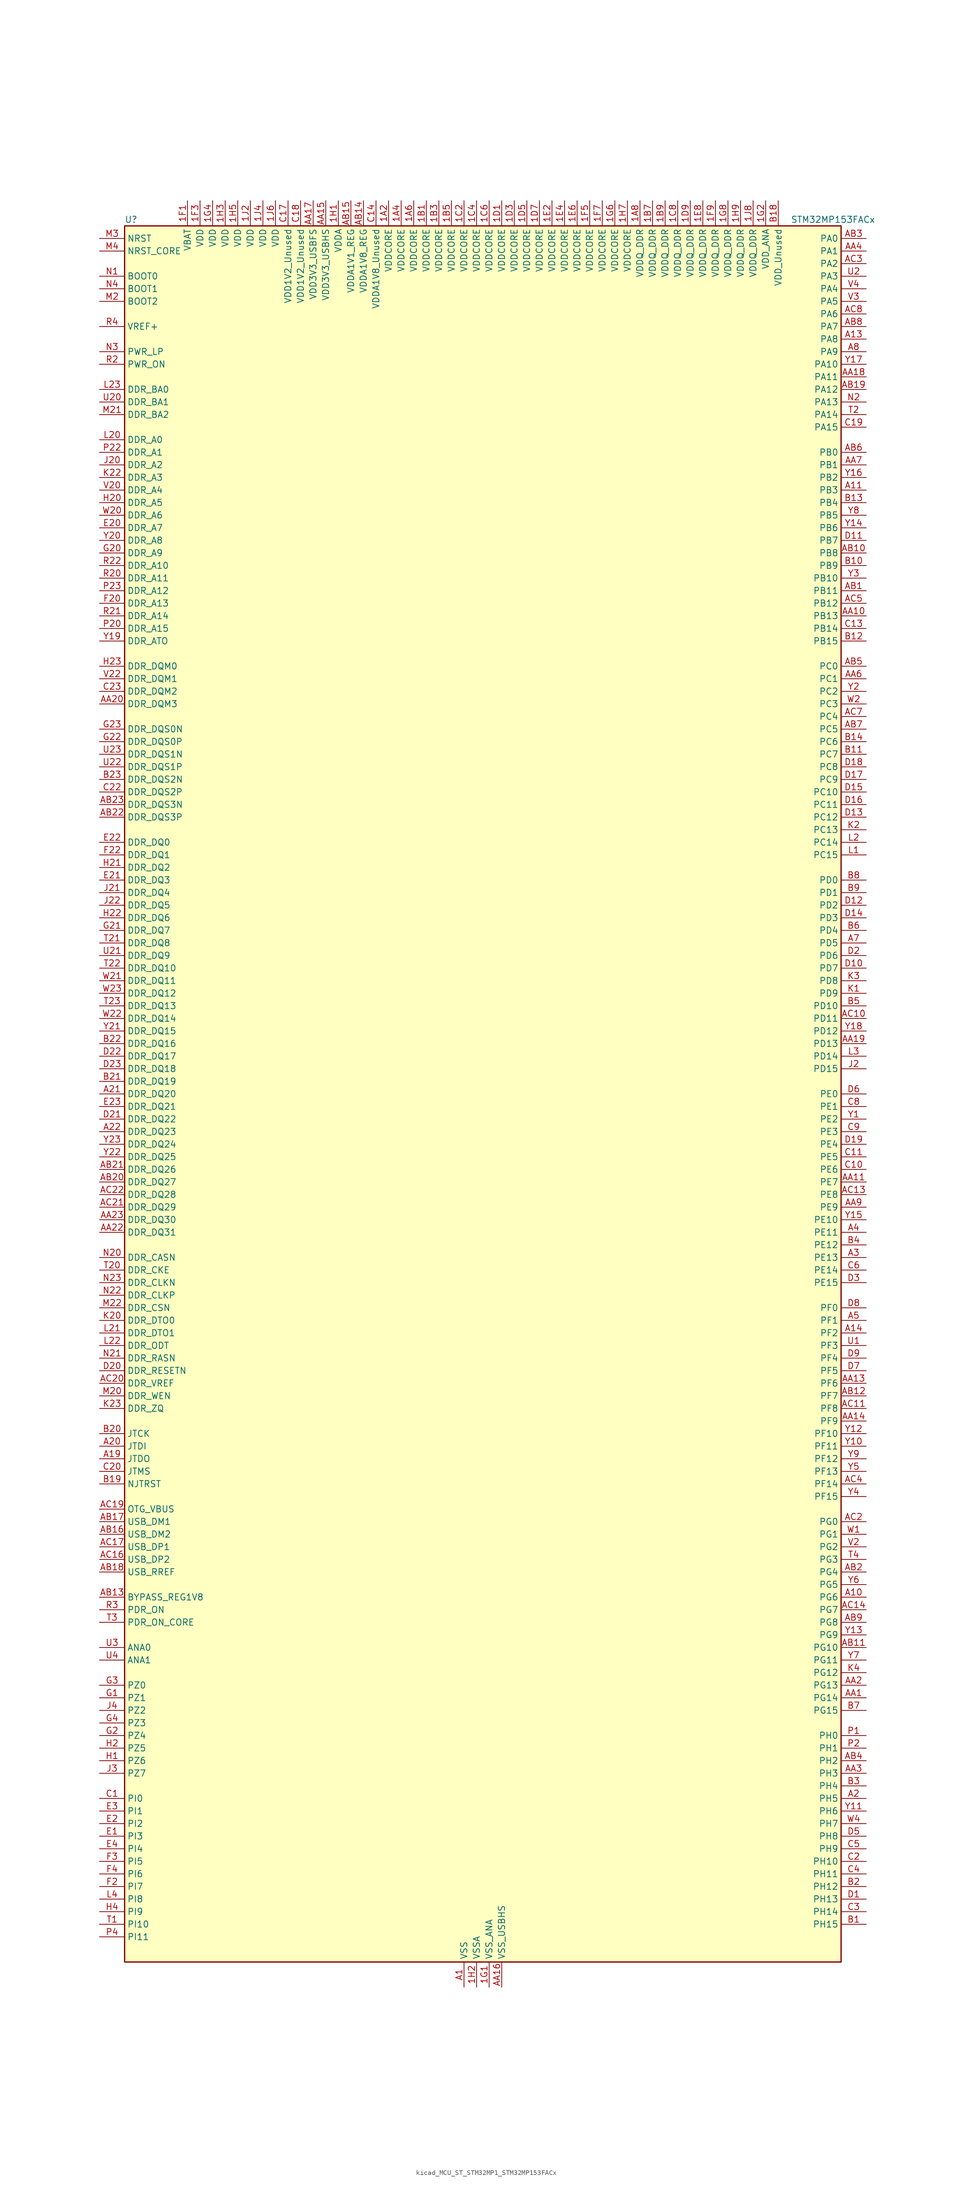
<source format=kicad_sym>
(kicad_symbol_lib
  (version 20220914)
  (generator kicad_symbol_editor)
  (symbol "kicad_MCU_ST_STM32MP1_STM32MP153FACx"
    (property "Reference" "U"
      (at -71.12 176.53 0)
      (effects (font (size 1.27 1.27)) (justify left)))
    (property "Value" "STM32MP153FACx"
      (at 63.5 176.53 0)
      (effects (font (size 1.27 1.27)) (justify left)))
    (property "ki_locked" ""
      (at 0 0 0)
      (effects (font (size 1.27 1.27))))
    (symbol "kicad_MCU_ST_STM32MP1_STM32MP153FACx_0_1"
      (rectangle (start -71.12 -175.26) (end 73.66 175.26) (stroke (width 0.254) (type default)) (fill (type background))))
    (symbol "kicad_MCU_ST_STM32MP1_STM32MP153FACx_1_1"
      (pin power_in line (at -17.78 180.34 270) (length 5.08) (name "VDDCORE" (effects (font (size 1.27 1.27)))) (number "1A2" (effects (font (size 1.27 1.27)))))
      (pin passive line (at -2.54 -180.34 90) (length 5.08) hide (name "VSS" (effects (font (size 1.27 1.27)))) (number "1A3" (effects (font (size 1.27 1.27)))))
      (pin power_in line (at -15.24 180.34 270) (length 5.08) (name "VDDCORE" (effects (font (size 1.27 1.27)))) (number "1A4" (effects (font (size 1.27 1.27)))))
      (pin passive line (at -2.54 -180.34 90) (length 5.08) hide (name "VSS" (effects (font (size 1.27 1.27)))) (number "1A5" (effects (font (size 1.27 1.27)))))
      (pin power_in line (at -12.7 180.34 270) (length 5.08) (name "VDDCORE" (effects (font (size 1.27 1.27)))) (number "1A6" (effects (font (size 1.27 1.27)))))
      (pin passive line (at -2.54 -180.34 90) (length 5.08) hide (name "VSS" (effects (font (size 1.27 1.27)))) (number "1A7" (effects (font (size 1.27 1.27)))))
      (pin power_in line (at 33.02 180.34 270) (length 5.08) (name "VDDQ_DDR" (effects (font (size 1.27 1.27)))) (number "1A8" (effects (font (size 1.27 1.27)))))
      (pin power_in line (at -10.16 180.34 270) (length 5.08) (name "VDDCORE" (effects (font (size 1.27 1.27)))) (number "1B1" (effects (font (size 1.27 1.27)))))
      (pin passive line (at -2.54 -180.34 90) (length 5.08) hide (name "VSS" (effects (font (size 1.27 1.27)))) (number "1B2" (effects (font (size 1.27 1.27)))))
      (pin power_in line (at -7.62 180.34 270) (length 5.08) (name "VDDCORE" (effects (font (size 1.27 1.27)))) (number "1B3" (effects (font (size 1.27 1.27)))))
      (pin passive line (at -2.54 -180.34 90) (length 5.08) hide (name "VSS" (effects (font (size 1.27 1.27)))) (number "1B4" (effects (font (size 1.27 1.27)))))
      (pin power_in line (at -5.08 180.34 270) (length 5.08) (name "VDDCORE" (effects (font (size 1.27 1.27)))) (number "1B5" (effects (font (size 1.27 1.27)))))
      (pin passive line (at -2.54 -180.34 90) (length 5.08) hide (name "VSS" (effects (font (size 1.27 1.27)))) (number "1B6" (effects (font (size 1.27 1.27)))))
      (pin power_in line (at 35.56 180.34 270) (length 5.08) (name "VDDQ_DDR" (effects (font (size 1.27 1.27)))) (number "1B7" (effects (font (size 1.27 1.27)))))
      (pin passive line (at -2.54 -180.34 90) (length 5.08) hide (name "VSS" (effects (font (size 1.27 1.27)))) (number "1B8" (effects (font (size 1.27 1.27)))))
      (pin power_in line (at 38.1 180.34 270) (length 5.08) (name "VDDQ_DDR" (effects (font (size 1.27 1.27)))) (number "1B9" (effects (font (size 1.27 1.27)))))
      (pin passive line (at -2.54 -180.34 90) (length 5.08) hide (name "VSS" (effects (font (size 1.27 1.27)))) (number "1C1" (effects (font (size 1.27 1.27)))))
      (pin power_in line (at -2.54 180.34 270) (length 5.08) (name "VDDCORE" (effects (font (size 1.27 1.27)))) (number "1C2" (effects (font (size 1.27 1.27)))))
      (pin passive line (at -2.54 -180.34 90) (length 5.08) hide (name "VSS" (effects (font (size 1.27 1.27)))) (number "1C3" (effects (font (size 1.27 1.27)))))
      (pin power_in line (at 0 180.34 270) (length 5.08) (name "VDDCORE" (effects (font (size 1.27 1.27)))) (number "1C4" (effects (font (size 1.27 1.27)))))
      (pin passive line (at -2.54 -180.34 90) (length 5.08) hide (name "VSS" (effects (font (size 1.27 1.27)))) (number "1C5" (effects (font (size 1.27 1.27)))))
      (pin power_in line (at 2.54 180.34 270) (length 5.08) (name "VDDCORE" (effects (font (size 1.27 1.27)))) (number "1C6" (effects (font (size 1.27 1.27)))))
      (pin passive line (at -2.54 -180.34 90) (length 5.08) hide (name "VSS" (effects (font (size 1.27 1.27)))) (number "1C7" (effects (font (size 1.27 1.27)))))
      (pin power_in line (at 40.64 180.34 270) (length 5.08) (name "VDDQ_DDR" (effects (font (size 1.27 1.27)))) (number "1C8" (effects (font (size 1.27 1.27)))))
      (pin passive line (at -2.54 -180.34 90) (length 5.08) hide (name "VSS" (effects (font (size 1.27 1.27)))) (number "1C9" (effects (font (size 1.27 1.27)))))
      (pin power_in line (at 5.08 180.34 270) (length 5.08) (name "VDDCORE" (effects (font (size 1.27 1.27)))) (number "1D1" (effects (font (size 1.27 1.27)))))
      (pin passive line (at -2.54 -180.34 90) (length 5.08) hide (name "VSS" (effects (font (size 1.27 1.27)))) (number "1D2" (effects (font (size 1.27 1.27)))))
      (pin power_in line (at 7.62 180.34 270) (length 5.08) (name "VDDCORE" (effects (font (size 1.27 1.27)))) (number "1D3" (effects (font (size 1.27 1.27)))))
      (pin passive line (at -2.54 -180.34 90) (length 5.08) hide (name "VSS" (effects (font (size 1.27 1.27)))) (number "1D4" (effects (font (size 1.27 1.27)))))
      (pin power_in line (at 10.16 180.34 270) (length 5.08) (name "VDDCORE" (effects (font (size 1.27 1.27)))) (number "1D5" (effects (font (size 1.27 1.27)))))
      (pin passive line (at -2.54 -180.34 90) (length 5.08) hide (name "VSS" (effects (font (size 1.27 1.27)))) (number "1D6" (effects (font (size 1.27 1.27)))))
      (pin power_in line (at 12.7 180.34 270) (length 5.08) (name "VDDCORE" (effects (font (size 1.27 1.27)))) (number "1D7" (effects (font (size 1.27 1.27)))))
      (pin passive line (at -2.54 -180.34 90) (length 5.08) hide (name "VSS" (effects (font (size 1.27 1.27)))) (number "1D8" (effects (font (size 1.27 1.27)))))
      (pin power_in line (at 43.18 180.34 270) (length 5.08) (name "VDDQ_DDR" (effects (font (size 1.27 1.27)))) (number "1D9" (effects (font (size 1.27 1.27)))))
      (pin passive line (at -2.54 -180.34 90) (length 5.08) hide (name "VSS" (effects (font (size 1.27 1.27)))) (number "1E1" (effects (font (size 1.27 1.27)))))
      (pin power_in line (at 15.24 180.34 270) (length 5.08) (name "VDDCORE" (effects (font (size 1.27 1.27)))) (number "1E2" (effects (font (size 1.27 1.27)))))
      (pin passive line (at -2.54 -180.34 90) (length 5.08) hide (name "VSS" (effects (font (size 1.27 1.27)))) (number "1E3" (effects (font (size 1.27 1.27)))))
      (pin power_in line (at 17.78 180.34 270) (length 5.08) (name "VDDCORE" (effects (font (size 1.27 1.27)))) (number "1E4" (effects (font (size 1.27 1.27)))))
      (pin passive line (at -2.54 -180.34 90) (length 5.08) hide (name "VSS" (effects (font (size 1.27 1.27)))) (number "1E5" (effects (font (size 1.27 1.27)))))
      (pin power_in line (at 20.32 180.34 270) (length 5.08) (name "VDDCORE" (effects (font (size 1.27 1.27)))) (number "1E6" (effects (font (size 1.27 1.27)))))
      (pin passive line (at -2.54 -180.34 90) (length 5.08) hide (name "VSS" (effects (font (size 1.27 1.27)))) (number "1E7" (effects (font (size 1.27 1.27)))))
      (pin power_in line (at 45.72 180.34 270) (length 5.08) (name "VDDQ_DDR" (effects (font (size 1.27 1.27)))) (number "1E8" (effects (font (size 1.27 1.27)))))
      (pin passive line (at -2.54 -180.34 90) (length 5.08) hide (name "VSS" (effects (font (size 1.27 1.27)))) (number "1E9" (effects (font (size 1.27 1.27)))))
      (pin power_in line (at -58.42 180.34 270) (length 5.08) (name "VBAT" (effects (font (size 1.27 1.27)))) (number "1F1" (effects (font (size 1.27 1.27)))))
      (pin passive line (at -2.54 -180.34 90) (length 5.08) hide (name "VSS" (effects (font (size 1.27 1.27)))) (number "1F2" (effects (font (size 1.27 1.27)))))
      (pin power_in line (at -55.88 180.34 270) (length 5.08) (name "VDD" (effects (font (size 1.27 1.27)))) (number "1F3" (effects (font (size 1.27 1.27)))))
      (pin passive line (at -2.54 -180.34 90) (length 5.08) hide (name "VSS" (effects (font (size 1.27 1.27)))) (number "1F4" (effects (font (size 1.27 1.27)))))
      (pin power_in line (at 22.86 180.34 270) (length 5.08) (name "VDDCORE" (effects (font (size 1.27 1.27)))) (number "1F5" (effects (font (size 1.27 1.27)))))
      (pin passive line (at -2.54 -180.34 90) (length 5.08) hide (name "VSS" (effects (font (size 1.27 1.27)))) (number "1F6" (effects (font (size 1.27 1.27)))))
      (pin power_in line (at 25.4 180.34 270) (length 5.08) (name "VDDCORE" (effects (font (size 1.27 1.27)))) (number "1F7" (effects (font (size 1.27 1.27)))))
      (pin passive line (at -2.54 -180.34 90) (length 5.08) hide (name "VSS" (effects (font (size 1.27 1.27)))) (number "1F8" (effects (font (size 1.27 1.27)))))
      (pin power_in line (at 48.26 180.34 270) (length 5.08) (name "VDDQ_DDR" (effects (font (size 1.27 1.27)))) (number "1F9" (effects (font (size 1.27 1.27)))))
      (pin power_in line (at 2.54 -180.34 90) (length 5.08) (name "VSS_ANA" (effects (font (size 1.27 1.27)))) (number "1G1" (effects (font (size 1.27 1.27)))))
      (pin power_in line (at 58.42 180.34 270) (length 5.08) (name "VDD_ANA" (effects (font (size 1.27 1.27)))) (number "1G2" (effects (font (size 1.27 1.27)))))
      (pin passive line (at -2.54 -180.34 90) (length 5.08) hide (name "VSS" (effects (font (size 1.27 1.27)))) (number "1G3" (effects (font (size 1.27 1.27)))))
      (pin power_in line (at -53.34 180.34 270) (length 5.08) (name "VDD" (effects (font (size 1.27 1.27)))) (number "1G4" (effects (font (size 1.27 1.27)))))
      (pin passive line (at -2.54 -180.34 90) (length 5.08) hide (name "VSS" (effects (font (size 1.27 1.27)))) (number "1G5" (effects (font (size 1.27 1.27)))))
      (pin power_in line (at 27.94 180.34 270) (length 5.08) (name "VDDCORE" (effects (font (size 1.27 1.27)))) (number "1G6" (effects (font (size 1.27 1.27)))))
      (pin passive line (at -2.54 -180.34 90) (length 5.08) hide (name "VSS" (effects (font (size 1.27 1.27)))) (number "1G7" (effects (font (size 1.27 1.27)))))
      (pin power_in line (at 50.8 180.34 270) (length 5.08) (name "VDDQ_DDR" (effects (font (size 1.27 1.27)))) (number "1G8" (effects (font (size 1.27 1.27)))))
      (pin passive line (at -2.54 -180.34 90) (length 5.08) hide (name "VSS" (effects (font (size 1.27 1.27)))) (number "1G9" (effects (font (size 1.27 1.27)))))
      (pin power_in line (at -27.94 180.34 270) (length 5.08) (name "VDDA" (effects (font (size 1.27 1.27)))) (number "1H1" (effects (font (size 1.27 1.27)))))
      (pin power_in line (at 0 -180.34 90) (length 5.08) (name "VSSA" (effects (font (size 1.27 1.27)))) (number "1H2" (effects (font (size 1.27 1.27)))))
      (pin power_in line (at -50.8 180.34 270) (length 5.08) (name "VDD" (effects (font (size 1.27 1.27)))) (number "1H3" (effects (font (size 1.27 1.27)))))
      (pin passive line (at -2.54 -180.34 90) (length 5.08) hide (name "VSS" (effects (font (size 1.27 1.27)))) (number "1H4" (effects (font (size 1.27 1.27)))))
      (pin power_in line (at -48.26 180.34 270) (length 5.08) (name "VDD" (effects (font (size 1.27 1.27)))) (number "1H5" (effects (font (size 1.27 1.27)))))
      (pin passive line (at -2.54 -180.34 90) (length 5.08) hide (name "VSS" (effects (font (size 1.27 1.27)))) (number "1H6" (effects (font (size 1.27 1.27)))))
      (pin power_in line (at 30.48 180.34 270) (length 5.08) (name "VDDCORE" (effects (font (size 1.27 1.27)))) (number "1H7" (effects (font (size 1.27 1.27)))))
      (pin passive line (at -2.54 -180.34 90) (length 5.08) hide (name "VSS" (effects (font (size 1.27 1.27)))) (number "1H8" (effects (font (size 1.27 1.27)))))
      (pin power_in line (at 53.34 180.34 270) (length 5.08) (name "VDDQ_DDR" (effects (font (size 1.27 1.27)))) (number "1H9" (effects (font (size 1.27 1.27)))))
      (pin power_in line (at -45.72 180.34 270) (length 5.08) (name "VDD" (effects (font (size 1.27 1.27)))) (number "1J2" (effects (font (size 1.27 1.27)))))
      (pin passive line (at -2.54 -180.34 90) (length 5.08) hide (name "VSS" (effects (font (size 1.27 1.27)))) (number "1J3" (effects (font (size 1.27 1.27)))))
      (pin power_in line (at -43.18 180.34 270) (length 5.08) (name "VDD" (effects (font (size 1.27 1.27)))) (number "1J4" (effects (font (size 1.27 1.27)))))
      (pin passive line (at -2.54 -180.34 90) (length 5.08) hide (name "VSS" (effects (font (size 1.27 1.27)))) (number "1J5" (effects (font (size 1.27 1.27)))))
      (pin power_in line (at -40.64 180.34 270) (length 5.08) (name "VDD" (effects (font (size 1.27 1.27)))) (number "1J6" (effects (font (size 1.27 1.27)))))
      (pin passive line (at -2.54 -180.34 90) (length 5.08) hide (name "VSS" (effects (font (size 1.27 1.27)))) (number "1J7" (effects (font (size 1.27 1.27)))))
      (pin power_in line (at 55.88 180.34 270) (length 5.08) (name "VDDQ_DDR" (effects (font (size 1.27 1.27)))) (number "1J8" (effects (font (size 1.27 1.27)))))
      (pin power_in line (at -2.54 -180.34 90) (length 5.08) (name "VSS" (effects (font (size 1.27 1.27)))) (number "A1" (effects (font (size 1.27 1.27)))))
      (pin bidirectional line (at 78.74 -101.6 180) (length 5.08) (name "PG6" (effects (font (size 1.27 1.27)))) (number "A10" (effects (font (size 1.27 1.27)))) (alternate "DCMI_D12" bidirectional line) (alternate "DEBUG_TRACED14" bidirectional line) (alternate "LTDC_R7" bidirectional line) (alternate "SDMMC2_CMD" bidirectional line) (alternate "TIM17_BKIN" bidirectional line))
      (pin bidirectional line (at 78.74 121.92 180) (length 5.08) (name "PB3" (effects (font (size 1.27 1.27)))) (number "A11" (effects (font (size 1.27 1.27)))) (alternate "DEBUG_TRACED9" bidirectional line) (alternate "I2S1_CK" bidirectional line) (alternate "I2S3_CK" bidirectional line) (alternate "SAI4_CK1" bidirectional line) (alternate "SAI4_MCLK_A" bidirectional line) (alternate "SDMMC2_D2" bidirectional line) (alternate "SPI1_SCK" bidirectional line) (alternate "SPI3_SCK" bidirectional line) (alternate "SPI6_SCK" bidirectional line) (alternate "TIM2_CH2" bidirectional line) (alternate "UART7_RX" bidirectional line))
      (pin bidirectional line (at 78.74 152.4 180) (length 5.08) (name "PA8" (effects (font (size 1.27 1.27)))) (number "A13" (effects (font (size 1.27 1.27)))) (alternate "I2C3_SCL" bidirectional line) (alternate "I2S3_SDO" bidirectional line) (alternate "LTDC_R6" bidirectional line) (alternate "RCC_MCO_1" bidirectional line) (alternate "SAI4_SD_B" bidirectional line) (alternate "SDMMC2_CKIN" bidirectional line) (alternate "SDMMC2_D4" bidirectional line) (alternate "SPI3_MOSI" bidirectional line) (alternate "TIM1_CH1" bidirectional line) (alternate "TIM8_BKIN2" bidirectional line) (alternate "UART7_RX" bidirectional line) (alternate "USART1_CK" bidirectional line) (alternate "USB_OTG_HS_SOF" bidirectional line))
      (pin bidirectional line (at 78.74 -48.26 180) (length 5.08) (name "PF2" (effects (font (size 1.27 1.27)))) (number "A14" (effects (font (size 1.27 1.27)))) (alternate "FMC_A2" bidirectional line) (alternate "I2C2_SMBA" bidirectional line) (alternate "SDMMC1_D0DIR" bidirectional line) (alternate "SDMMC2_D0DIR" bidirectional line) (alternate "SDMMC3_D0DIR" bidirectional line))
      (pin no_connect line (at -71.12 -175.26 0) (length 5.08) hide (name "DNU" (effects (font (size 1.27 1.27)))) (number "A16" (effects (font (size 1.27 1.27)))))
      (pin no_connect line (at -71.12 -172.72 0) (length 5.08) hide (name "DNU" (effects (font (size 1.27 1.27)))) (number "A17" (effects (font (size 1.27 1.27)))))
      (pin bidirectional line (at -76.2 -73.66 0) (length 5.08) (name "JTDO" (effects (font (size 1.27 1.27)))) (number "A19" (effects (font (size 1.27 1.27)))) (alternate "DEBUG_JTDO-SWO" bidirectional line))
      (pin bidirectional line (at 78.74 -142.24 180) (length 5.08) (name "PH5" (effects (font (size 1.27 1.27)))) (number "A2" (effects (font (size 1.27 1.27)))) (alternate "I2C2_SDA" bidirectional line) (alternate "SAI4_SD_B" bidirectional line) (alternate "SPI5_NSS" bidirectional line))
      (pin bidirectional line (at -76.2 -71.12 0) (length 5.08) (name "JTDI" (effects (font (size 1.27 1.27)))) (number "A20" (effects (font (size 1.27 1.27)))) (alternate "DEBUG_JTDI" bidirectional line))
      (pin bidirectional line (at -76.2 0 0) (length 5.08) (name "DDR_DQ20" (effects (font (size 1.27 1.27)))) (number "A21" (effects (font (size 1.27 1.27)))) (alternate "DDR_DQ20" bidirectional line))
      (pin bidirectional line (at -76.2 -7.62 0) (length 5.08) (name "DDR_DQ23" (effects (font (size 1.27 1.27)))) (number "A22" (effects (font (size 1.27 1.27)))) (alternate "DDR_DQ23" bidirectional line))
      (pin passive line (at -2.54 -180.34 90) (length 5.08) hide (name "VSS" (effects (font (size 1.27 1.27)))) (number "A23" (effects (font (size 1.27 1.27)))))
      (pin bidirectional line (at 78.74 -33.02 180) (length 5.08) (name "PE13" (effects (font (size 1.27 1.27)))) (number "A3" (effects (font (size 1.27 1.27)))) (alternate "DCMI_D6" bidirectional line) (alternate "DFSDM1_CKIN5" bidirectional line) (alternate "FMC_D10" bidirectional line) (alternate "FMC_DA10" bidirectional line) (alternate "HDP_HDP2" bidirectional line) (alternate "LTDC_DE" bidirectional line) (alternate "SAI2_FS_B" bidirectional line) (alternate "SPI4_MISO" bidirectional line) (alternate "TIM1_CH3" bidirectional line))
      (pin bidirectional line (at 78.74 -27.94 180) (length 5.08) (name "PE11" (effects (font (size 1.27 1.27)))) (number "A4" (effects (font (size 1.27 1.27)))) (alternate "ADC1_EXTI11" bidirectional line) (alternate "ADC2_EXTI11" bidirectional line) (alternate "DCMI_D4" bidirectional line) (alternate "DFSDM1_CKIN4" bidirectional line) (alternate "FMC_D8" bidirectional line) (alternate "FMC_DA8" bidirectional line) (alternate "LTDC_G3" bidirectional line) (alternate "SAI2_SD_B" bidirectional line) (alternate "SPI4_NSS" bidirectional line) (alternate "TIM1_CH2" bidirectional line) (alternate "USART6_CK" bidirectional line))
      (pin bidirectional line (at 78.74 -45.72 180) (length 5.08) (name "PF1" (effects (font (size 1.27 1.27)))) (number "A5" (effects (font (size 1.27 1.27)))) (alternate "FMC_A1" bidirectional line) (alternate "I2C2_SCL" bidirectional line) (alternate "SDMMC3_CDIR" bidirectional line) (alternate "SDMMC3_CMD" bidirectional line))
      (pin bidirectional line (at 78.74 30.48 180) (length 5.08) (name "PD5" (effects (font (size 1.27 1.27)))) (number "A7" (effects (font (size 1.27 1.27)))) (alternate "FMC_NWE" bidirectional line) (alternate "SDMMC3_D2" bidirectional line) (alternate "USART2_TX" bidirectional line))
      (pin bidirectional line (at 78.74 149.86 180) (length 5.08) (name "PA9" (effects (font (size 1.27 1.27)))) (number "A8" (effects (font (size 1.27 1.27)))) (alternate "DAC1_EXTI9" bidirectional line) (alternate "DCMI_D0" bidirectional line) (alternate "I2C3_SMBA" bidirectional line) (alternate "I2S2_CK" bidirectional line) (alternate "LTDC_R5" bidirectional line) (alternate "SDMMC2_CDIR" bidirectional line) (alternate "SDMMC2_D5" bidirectional line) (alternate "SPI2_SCK" bidirectional line) (alternate "TIM1_CH2" bidirectional line) (alternate "USART1_TX" bidirectional line))
      (pin bidirectional line (at 78.74 -121.92 180) (length 5.08) (name "PG14" (effects (font (size 1.27 1.27)))) (number "AA1" (effects (font (size 1.27 1.27)))) (alternate "DEBUG_TRACED1" bidirectional line) (alternate "ETH1_TXD1" bidirectional line) (alternate "FMC_A25" bidirectional line) (alternate "LPTIM1_ETR" bidirectional line) (alternate "LTDC_B0" bidirectional line) (alternate "QUADSPI_BK2_IO3" bidirectional line) (alternate "SAI4_D1" bidirectional line) (alternate "SAI4_SD_A" bidirectional line) (alternate "SPI6_MOSI" bidirectional line) (alternate "USART6_TX" bidirectional line))
      (pin bidirectional line (at 78.74 96.52 180) (length 5.08) (name "PB13" (effects (font (size 1.27 1.27)))) (number "AA10" (effects (font (size 1.27 1.27)))) (alternate "DFSDM1_CKIN1" bidirectional line) (alternate "DFSDM1_CKOUT" bidirectional line) (alternate "ETH1_TXD1" bidirectional line) (alternate "FDCAN2_TX" bidirectional line) (alternate "I2S2_CK" bidirectional line) (alternate "LPTIM2_OUT" bidirectional line) (alternate "SPI2_SCK" bidirectional line) (alternate "TIM1_CH1N" bidirectional line) (alternate "UART5_TX" bidirectional line) (alternate "USART3_CTS" bidirectional line) (alternate "USART3_NSS" bidirectional line))
      (pin bidirectional line (at 78.74 -17.78 180) (length 5.08) (name "PE7" (effects (font (size 1.27 1.27)))) (number "AA11" (effects (font (size 1.27 1.27)))) (alternate "DFSDM1_DATIN2" bidirectional line) (alternate "FMC_D4" bidirectional line) (alternate "FMC_DA4" bidirectional line) (alternate "QUADSPI_BK2_IO0" bidirectional line) (alternate "TIM1_ETR" bidirectional line) (alternate "TIM3_ETR" bidirectional line) (alternate "UART7_RX" bidirectional line))
      (pin passive line (at -2.54 -180.34 90) (length 5.08) hide (name "VSS" (effects (font (size 1.27 1.27)))) (number "AA12" (effects (font (size 1.27 1.27)))))
      (pin bidirectional line (at 78.74 -58.42 180) (length 5.08) (name "PF6" (effects (font (size 1.27 1.27)))) (number "AA13" (effects (font (size 1.27 1.27)))) (alternate "QUADSPI_BK1_IO3" bidirectional line) (alternate "SAI1_SD_B" bidirectional line) (alternate "SAI4_SCK_B" bidirectional line) (alternate "SPI5_NSS" bidirectional line) (alternate "TIM16_CH1" bidirectional line) (alternate "UART7_RX" bidirectional line))
      (pin bidirectional line (at 78.74 -66.04 180) (length 5.08) (name "PF9" (effects (font (size 1.27 1.27)))) (number "AA14" (effects (font (size 1.27 1.27)))) (alternate "DAC1_EXTI9" bidirectional line) (alternate "DEBUG_TRACED13" bidirectional line) (alternate "QUADSPI_BK1_IO1" bidirectional line) (alternate "SAI1_FS_B" bidirectional line) (alternate "SPI5_MOSI" bidirectional line) (alternate "TIM14_CH1" bidirectional line) (alternate "TIM17_CH1N" bidirectional line) (alternate "UART7_CTS" bidirectional line))
      (pin power_in line (at -30.48 180.34 270) (length 5.08) (name "VDD3V3_USBHS" (effects (font (size 1.27 1.27)))) (number "AA15" (effects (font (size 1.27 1.27)))))
      (pin power_in line (at 5.08 -180.34 90) (length 5.08) (name "VSS_USBHS" (effects (font (size 1.27 1.27)))) (number "AA16" (effects (font (size 1.27 1.27)))))
      (pin power_in line (at -33.02 180.34 270) (length 5.08) (name "VDD3V3_USBFS" (effects (font (size 1.27 1.27)))) (number "AA17" (effects (font (size 1.27 1.27)))))
      (pin bidirectional line (at 78.74 144.78 180) (length 5.08) (name "PA11" (effects (font (size 1.27 1.27)))) (number "AA18" (effects (font (size 1.27 1.27)))) (alternate "ADC1_EXTI11" bidirectional line) (alternate "ADC2_EXTI11" bidirectional line) (alternate "FDCAN1_RX" bidirectional line) (alternate "I2C5_SCL" bidirectional line) (alternate "I2C6_SCL" bidirectional line) (alternate "I2S2_WS" bidirectional line) (alternate "LTDC_R4" bidirectional line) (alternate "SPI2_NSS" bidirectional line) (alternate "TIM1_CH4" bidirectional line) (alternate "UART4_RX" bidirectional line) (alternate "USART1_CTS" bidirectional line) (alternate "USART1_NSS" bidirectional line))
      (pin bidirectional line (at 78.74 10.16 180) (length 5.08) (name "PD13" (effects (font (size 1.27 1.27)))) (number "AA19" (effects (font (size 1.27 1.27)))) (alternate "FMC_A18" bidirectional line) (alternate "I2C1_SDA" bidirectional line) (alternate "I2C4_SDA" bidirectional line) (alternate "I2S3_MCK" bidirectional line) (alternate "LPTIM1_OUT" bidirectional line) (alternate "QUADSPI_BK1_IO3" bidirectional line) (alternate "SAI2_SCK_A" bidirectional line) (alternate "TIM4_CH2" bidirectional line))
      (pin bidirectional line (at 78.74 -119.38 180) (length 5.08) (name "PG13" (effects (font (size 1.27 1.27)))) (number "AA2" (effects (font (size 1.27 1.27)))) (alternate "DEBUG_TRACED0" bidirectional line) (alternate "ETH1_TXD0" bidirectional line) (alternate "FMC_A24" bidirectional line) (alternate "LPTIM1_OUT" bidirectional line) (alternate "LTDC_R0" bidirectional line) (alternate "SAI1_CK2" bidirectional line) (alternate "SAI1_SCK_A" bidirectional line) (alternate "SAI4_CK1" bidirectional line) (alternate "SAI4_MCLK_A" bidirectional line) (alternate "SPI6_SCK" bidirectional line) (alternate "USART6_CTS" bidirectional line) (alternate "USART6_NSS" bidirectional line))
      (pin bidirectional line (at -76.2 78.74 0) (length 5.08) (name "DDR_DQM3" (effects (font (size 1.27 1.27)))) (number "AA20" (effects (font (size 1.27 1.27)))) (alternate "DDR_DQM3" bidirectional line))
      (pin passive line (at -2.54 -180.34 90) (length 5.08) hide (name "VSS" (effects (font (size 1.27 1.27)))) (number "AA21" (effects (font (size 1.27 1.27)))))
      (pin bidirectional line (at -76.2 -27.94 0) (length 5.08) (name "DDR_DQ31" (effects (font (size 1.27 1.27)))) (number "AA22" (effects (font (size 1.27 1.27)))) (alternate "DDR_DQ31" bidirectional line))
      (pin bidirectional line (at -76.2 -25.4 0) (length 5.08) (name "DDR_DQ30" (effects (font (size 1.27 1.27)))) (number "AA23" (effects (font (size 1.27 1.27)))) (alternate "DDR_DQ30" bidirectional line))
      (pin bidirectional line (at 78.74 -137.16 180) (length 5.08) (name "PH3" (effects (font (size 1.27 1.27)))) (number "AA3" (effects (font (size 1.27 1.27)))) (alternate "DFSDM1_CKIN4" bidirectional line) (alternate "ETH1_COL" bidirectional line) (alternate "LTDC_R1" bidirectional line) (alternate "QUADSPI_BK2_IO1" bidirectional line) (alternate "SAI2_MCLK_B" bidirectional line))
      (pin bidirectional line (at 78.74 170.18 180) (length 5.08) (name "PA1" (effects (font (size 1.27 1.27)))) (number "AA4" (effects (font (size 1.27 1.27)))) (alternate "ADC1_INN16" bidirectional line) (alternate "ADC1_INP17" bidirectional line) (alternate "ETH1_CLK" bidirectional line) (alternate "ETH1_REF_CLK" bidirectional line) (alternate "ETH1_RX_CLK" bidirectional line) (alternate "LPTIM3_OUT" bidirectional line) (alternate "LTDC_R2" bidirectional line) (alternate "QUADSPI_BK1_IO3" bidirectional line) (alternate "SAI2_MCLK_B" bidirectional line) (alternate "TIM15_CH1N" bidirectional line) (alternate "TIM2_CH2" bidirectional line) (alternate "TIM5_CH2" bidirectional line) (alternate "UART4_RX" bidirectional line) (alternate "USART2_DE" bidirectional line) (alternate "USART2_RTS" bidirectional line))
      (pin passive line (at -2.54 -180.34 90) (length 5.08) hide (name "VSS" (effects (font (size 1.27 1.27)))) (number "AA5" (effects (font (size 1.27 1.27)))))
      (pin bidirectional line (at 78.74 83.82 180) (length 5.08) (name "PC1" (effects (font (size 1.27 1.27)))) (number "AA6" (effects (font (size 1.27 1.27)))) (alternate "ADC1_INN10" bidirectional line) (alternate "ADC1_INP11" bidirectional line) (alternate "ADC2_INN10" bidirectional line) (alternate "ADC2_INP11" bidirectional line) (alternate "DEBUG_TRACED0" bidirectional line) (alternate "DFSDM1_CKIN4" bidirectional line) (alternate "DFSDM1_DATIN0" bidirectional line) (alternate "ETH1_MDC" bidirectional line) (alternate "I2S2_SDO" bidirectional line) (alternate "PWR_WKUP6" bidirectional line) (alternate "SAI1_D1" bidirectional line) (alternate "SAI1_SD_A" bidirectional line) (alternate "SDMMC2_CK" bidirectional line) (alternate "SPI2_MOSI" bidirectional line) (alternate "TAMP_IN3" bidirectional line))
      (pin bidirectional line (at 78.74 127 180) (length 5.08) (name "PB1" (effects (font (size 1.27 1.27)))) (number "AA7" (effects (font (size 1.27 1.27)))) (alternate "ADC1_INP5" bidirectional line) (alternate "ADC2_INP5" bidirectional line) (alternate "DFSDM1_DATIN1" bidirectional line) (alternate "ETH1_RXD3" bidirectional line) (alternate "LTDC_G0" bidirectional line) (alternate "LTDC_R6" bidirectional line) (alternate "TIM1_CH3N" bidirectional line) (alternate "TIM3_CH4" bidirectional line) (alternate "TIM8_CH3N" bidirectional line))
      (pin passive line (at -2.54 -180.34 90) (length 5.08) hide (name "VSS" (effects (font (size 1.27 1.27)))) (number "AA8" (effects (font (size 1.27 1.27)))))
      (pin bidirectional line (at 78.74 -22.86 180) (length 5.08) (name "PE9" (effects (font (size 1.27 1.27)))) (number "AA9" (effects (font (size 1.27 1.27)))) (alternate "DAC1_EXTI9" bidirectional line) (alternate "DFSDM1_CKOUT" bidirectional line) (alternate "FMC_D6" bidirectional line) (alternate "FMC_DA6" bidirectional line) (alternate "QUADSPI_BK2_IO2" bidirectional line) (alternate "TIM1_CH1" bidirectional line) (alternate "UART7_DE" bidirectional line) (alternate "UART7_RTS" bidirectional line))
      (pin bidirectional line (at 78.74 101.6 180) (length 5.08) (name "PB11" (effects (font (size 1.27 1.27)))) (number "AB1" (effects (font (size 1.27 1.27)))) (alternate "ADC1_EXTI11" bidirectional line) (alternate "ADC2_EXTI11" bidirectional line) (alternate "DFSDM1_CKIN7" bidirectional line) (alternate "ETH1_TX_CTL" bidirectional line) (alternate "ETH1_TX_EN" bidirectional line) (alternate "I2C2_SDA" bidirectional line) (alternate "LPTIM2_ETR" bidirectional line) (alternate "LTDC_G5" bidirectional line) (alternate "TIM2_CH4" bidirectional line) (alternate "USART3_RX" bidirectional line))
      (pin bidirectional line (at 78.74 109.22 180) (length 5.08) (name "PB8" (effects (font (size 1.27 1.27)))) (number "AB10" (effects (font (size 1.27 1.27)))) (alternate "DCMI_D6" bidirectional line) (alternate "DFSDM1_CKIN7" bidirectional line) (alternate "ETH1_TXD3" bidirectional line) (alternate "FDCAN1_RX" bidirectional line) (alternate "HDP_HDP6" bidirectional line) (alternate "I2C1_SCL" bidirectional line) (alternate "I2C4_SCL" bidirectional line) (alternate "LTDC_B6" bidirectional line) (alternate "SDMMC1_CKIN" bidirectional line) (alternate "SDMMC1_D4" bidirectional line) (alternate "SDMMC2_CKIN" bidirectional line) (alternate "SDMMC2_D4" bidirectional line) (alternate "TIM16_CH1" bidirectional line) (alternate "TIM4_CH3" bidirectional line) (alternate "UART4_RX" bidirectional line))
      (pin bidirectional line (at 78.74 -111.76 180) (length 5.08) (name "PG10" (effects (font (size 1.27 1.27)))) (number "AB11" (effects (font (size 1.27 1.27)))) (alternate "DCMI_D2" bidirectional line) (alternate "DEBUG_TRACED10" bidirectional line) (alternate "FMC_NE3" bidirectional line) (alternate "LTDC_B2" bidirectional line) (alternate "LTDC_G3" bidirectional line) (alternate "QUADSPI_BK2_IO2" bidirectional line) (alternate "SAI2_SD_B" bidirectional line) (alternate "UART8_CTS" bidirectional line))
      (pin bidirectional line (at 78.74 -60.96 180) (length 5.08) (name "PF7" (effects (font (size 1.27 1.27)))) (number "AB12" (effects (font (size 1.27 1.27)))) (alternate "QUADSPI_BK1_IO2" bidirectional line) (alternate "SAI1_MCLK_B" bidirectional line) (alternate "SPI5_SCK" bidirectional line) (alternate "TIM17_CH1" bidirectional line) (alternate "UART7_TX" bidirectional line))
      (pin bidirectional line (at -76.2 -101.6 0) (length 5.08) (name "BYPASS_REG1V8" (effects (font (size 1.27 1.27)))) (number "AB13" (effects (font (size 1.27 1.27)))))
      (pin power_in line (at -22.86 180.34 270) (length 5.08) (name "VDDA1V8_REG" (effects (font (size 1.27 1.27)))) (number "AB14" (effects (font (size 1.27 1.27)))))
      (pin power_in line (at -25.4 180.34 270) (length 5.08) (name "VDDA1V1_REG" (effects (font (size 1.27 1.27)))) (number "AB15" (effects (font (size 1.27 1.27)))))
      (pin bidirectional line (at -76.2 -88.9 0) (length 5.08) (name "USB_DM2" (effects (font (size 1.27 1.27)))) (number "AB16" (effects (font (size 1.27 1.27)))) (alternate "USBH_HS2_DM" bidirectional line) (alternate "USB_OTG_HS_DM" bidirectional line))
      (pin bidirectional line (at -76.2 -86.36 0) (length 5.08) (name "USB_DM1" (effects (font (size 1.27 1.27)))) (number "AB17" (effects (font (size 1.27 1.27)))) (alternate "USBH_HS1_DM" bidirectional line))
      (pin bidirectional line (at -76.2 -96.52 0) (length 5.08) (name "USB_RREF" (effects (font (size 1.27 1.27)))) (number "AB18" (effects (font (size 1.27 1.27)))))
      (pin bidirectional line (at 78.74 142.24 180) (length 5.08) (name "PA12" (effects (font (size 1.27 1.27)))) (number "AB19" (effects (font (size 1.27 1.27)))) (alternate "FDCAN1_TX" bidirectional line) (alternate "I2C5_SDA" bidirectional line) (alternate "I2C6_SDA" bidirectional line) (alternate "LTDC_R5" bidirectional line) (alternate "SAI2_FS_B" bidirectional line) (alternate "TIM1_ETR" bidirectional line) (alternate "UART4_TX" bidirectional line) (alternate "USART1_DE" bidirectional line) (alternate "USART1_RTS" bidirectional line))
      (pin bidirectional line (at 78.74 -96.52 180) (length 5.08) (name "PG4" (effects (font (size 1.27 1.27)))) (number "AB2" (effects (font (size 1.27 1.27)))) (alternate "ETH1_GTX_CLK" bidirectional line) (alternate "FMC_A14" bidirectional line) (alternate "TIM1_BKIN2" bidirectional line))
      (pin bidirectional line (at -76.2 -17.78 0) (length 5.08) (name "DDR_DQ27" (effects (font (size 1.27 1.27)))) (number "AB20" (effects (font (size 1.27 1.27)))) (alternate "DDR_DQ27" bidirectional line))
      (pin bidirectional line (at -76.2 -15.24 0) (length 5.08) (name "DDR_DQ26" (effects (font (size 1.27 1.27)))) (number "AB21" (effects (font (size 1.27 1.27)))) (alternate "DDR_DQ26" bidirectional line))
      (pin bidirectional line (at -76.2 55.88 0) (length 5.08) (name "DDR_DQS3P" (effects (font (size 1.27 1.27)))) (number "AB22" (effects (font (size 1.27 1.27)))) (alternate "DDR_DQS3P" bidirectional line))
      (pin bidirectional line (at -76.2 58.42 0) (length 5.08) (name "DDR_DQS3N" (effects (font (size 1.27 1.27)))) (number "AB23" (effects (font (size 1.27 1.27)))) (alternate "DDR_DQS3N" bidirectional line))
      (pin bidirectional line (at 78.74 172.72 180) (length 5.08) (name "PA0" (effects (font (size 1.27 1.27)))) (number "AB3" (effects (font (size 1.27 1.27)))) (alternate "ADC1_INP16" bidirectional line) (alternate "ETH1_CRS" bidirectional line) (alternate "PWR_WKUP1" bidirectional line) (alternate "SAI2_SD_B" bidirectional line) (alternate "SDMMC2_CMD" bidirectional line) (alternate "TIM15_BKIN" bidirectional line) (alternate "TIM2_CH1" bidirectional line) (alternate "TIM2_ETR" bidirectional line) (alternate "TIM5_CH1" bidirectional line) (alternate "TIM8_ETR" bidirectional line) (alternate "UART4_TX" bidirectional line) (alternate "USART2_CTS" bidirectional line) (alternate "USART2_NSS" bidirectional line))
      (pin bidirectional line (at 78.74 -134.62 180) (length 5.08) (name "PH2" (effects (font (size 1.27 1.27)))) (number "AB4" (effects (font (size 1.27 1.27)))) (alternate "ETH1_CRS" bidirectional line) (alternate "LPTIM1_IN2" bidirectional line) (alternate "LTDC_R0" bidirectional line) (alternate "QUADSPI_BK2_IO0" bidirectional line) (alternate "SAI2_SCK_B" bidirectional line))
      (pin bidirectional line (at 78.74 86.36 180) (length 5.08) (name "PC0" (effects (font (size 1.27 1.27)))) (number "AB5" (effects (font (size 1.27 1.27)))) (alternate "ADC1_INP10" bidirectional line) (alternate "ADC2_INP10" bidirectional line) (alternate "DFSDM1_CKIN0" bidirectional line) (alternate "DFSDM1_DATIN4" bidirectional line) (alternate "LPTIM2_IN2" bidirectional line) (alternate "LTDC_R5" bidirectional line) (alternate "QUADSPI_BK2_NCS" bidirectional line) (alternate "SAI2_FS_B" bidirectional line))
      (pin bidirectional line (at 78.74 129.54 180) (length 5.08) (name "PB0" (effects (font (size 1.27 1.27)))) (number "AB6" (effects (font (size 1.27 1.27)))) (alternate "ADC1_INN5" bidirectional line) (alternate "ADC1_INP9" bidirectional line) (alternate "ADC2_INN5" bidirectional line) (alternate "ADC2_INP9" bidirectional line) (alternate "DFSDM1_CKOUT" bidirectional line) (alternate "ETH1_RXD2" bidirectional line) (alternate "LTDC_G1" bidirectional line) (alternate "LTDC_R3" bidirectional line) (alternate "TIM1_CH2N" bidirectional line) (alternate "TIM3_CH3" bidirectional line) (alternate "TIM8_CH2N" bidirectional line) (alternate "UART4_CTS" bidirectional line))
      (pin bidirectional line (at 78.74 73.66 180) (length 5.08) (name "PC5" (effects (font (size 1.27 1.27)))) (number "AB7" (effects (font (size 1.27 1.27)))) (alternate "ADC1_INN4" bidirectional line) (alternate "ADC1_INP8" bidirectional line) (alternate "ADC2_INN4" bidirectional line) (alternate "ADC2_INP8" bidirectional line) (alternate "DFSDM1_DATIN2" bidirectional line) (alternate "ETH1_RXD1" bidirectional line) (alternate "SAI1_D3" bidirectional line) (alternate "SAI1_D4" bidirectional line) (alternate "SAI4_D3" bidirectional line) (alternate "SAI4_D4" bidirectional line) (alternate "SPDIFRX_IN3" bidirectional line))
      (pin bidirectional line (at 78.74 154.94 180) (length 5.08) (name "PA7" (effects (font (size 1.27 1.27)))) (number "AB8" (effects (font (size 1.27 1.27)))) (alternate "ADC1_INN3" bidirectional line) (alternate "ADC1_INP7" bidirectional line) (alternate "ADC2_INN3" bidirectional line) (alternate "ADC2_INP7" bidirectional line) (alternate "ETH1_CRS_DV" bidirectional line) (alternate "ETH1_RX_CTL" bidirectional line) (alternate "ETH1_RX_DV" bidirectional line) (alternate "I2S1_SDO" bidirectional line) (alternate "QUADSPI_CLK" bidirectional line) (alternate "SAI4_D1" bidirectional line) (alternate "SAI4_SD_A" bidirectional line) (alternate "SPI1_MOSI" bidirectional line) (alternate "SPI6_MOSI" bidirectional line) (alternate "TIM14_CH1" bidirectional line) (alternate "TIM1_CH1N" bidirectional line) (alternate "TIM3_CH2" bidirectional line) (alternate "TIM8_CH1N" bidirectional line))
      (pin bidirectional line (at 78.74 -106.68 180) (length 5.08) (name "PG8" (effects (font (size 1.27 1.27)))) (number "AB9" (effects (font (size 1.27 1.27)))) (alternate "DEBUG_TRACED15" bidirectional line) (alternate "ETH1_CLK" bidirectional line) (alternate "ETH1_PPS_OUT" bidirectional line) (alternate "LTDC_G7" bidirectional line) (alternate "SAI4_D2" bidirectional line) (alternate "SAI4_FS_A" bidirectional line) (alternate "SPDIFRX_IN2" bidirectional line) (alternate "SPI6_NSS" bidirectional line) (alternate "TIM2_CH1" bidirectional line) (alternate "TIM2_ETR" bidirectional line) (alternate "TIM8_ETR" bidirectional line) (alternate "USART3_DE" bidirectional line) (alternate "USART3_RTS" bidirectional line) (alternate "USART6_DE" bidirectional line) (alternate "USART6_RTS" bidirectional line))
      (pin passive line (at -2.54 -180.34 90) (length 5.08) hide (name "VSS" (effects (font (size 1.27 1.27)))) (number "AC1" (effects (font (size 1.27 1.27)))))
      (pin bidirectional line (at 78.74 15.24 180) (length 5.08) (name "PD11" (effects (font (size 1.27 1.27)))) (number "AC10" (effects (font (size 1.27 1.27)))) (alternate "ADC1_EXTI11" bidirectional line) (alternate "ADC2_EXTI11" bidirectional line) (alternate "FMC_A16" bidirectional line) (alternate "FMC_CLE" bidirectional line) (alternate "I2C1_SMBA" bidirectional line) (alternate "I2C4_SMBA" bidirectional line) (alternate "LPTIM2_IN2" bidirectional line) (alternate "QUADSPI_BK1_IO0" bidirectional line) (alternate "SAI2_SD_A" bidirectional line) (alternate "USART3_CTS" bidirectional line) (alternate "USART3_NSS" bidirectional line))
      (pin bidirectional line (at 78.74 -63.5 180) (length 5.08) (name "PF8" (effects (font (size 1.27 1.27)))) (number "AC11" (effects (font (size 1.27 1.27)))) (alternate "DEBUG_TRACED12" bidirectional line) (alternate "QUADSPI_BK1_IO0" bidirectional line) (alternate "SAI1_SCK_B" bidirectional line) (alternate "SPI5_MISO" bidirectional line) (alternate "TIM13_CH1" bidirectional line) (alternate "TIM16_CH1N" bidirectional line) (alternate "UART7_DE" bidirectional line) (alternate "UART7_RTS" bidirectional line))
      (pin bidirectional line (at 78.74 -20.32 180) (length 5.08) (name "PE8" (effects (font (size 1.27 1.27)))) (number "AC13" (effects (font (size 1.27 1.27)))) (alternate "DFSDM1_CKIN2" bidirectional line) (alternate "FMC_D5" bidirectional line) (alternate "FMC_DA5" bidirectional line) (alternate "QUADSPI_BK2_IO1" bidirectional line) (alternate "TIM1_CH1N" bidirectional line) (alternate "UART7_TX" bidirectional line))
      (pin bidirectional line (at 78.74 -104.14 180) (length 5.08) (name "PG7" (effects (font (size 1.27 1.27)))) (number "AC14" (effects (font (size 1.27 1.27)))) (alternate "DCMI_D13" bidirectional line) (alternate "DEBUG_TRACED5" bidirectional line) (alternate "LTDC_CLK" bidirectional line) (alternate "QUADSPI_BK2_IO3" bidirectional line) (alternate "QUADSPI_CLK" bidirectional line) (alternate "SAI1_MCLK_A" bidirectional line) (alternate "UART8_DE" bidirectional line) (alternate "UART8_RTS" bidirectional line) (alternate "USART6_CK" bidirectional line))
      (pin bidirectional line (at -76.2 -93.98 0) (length 5.08) (name "USB_DP2" (effects (font (size 1.27 1.27)))) (number "AC16" (effects (font (size 1.27 1.27)))) (alternate "USBH_HS2_DP" bidirectional line) (alternate "USB_OTG_HS_DP" bidirectional line))
      (pin bidirectional line (at -76.2 -91.44 0) (length 5.08) (name "USB_DP1" (effects (font (size 1.27 1.27)))) (number "AC17" (effects (font (size 1.27 1.27)))) (alternate "USBH_HS1_DP" bidirectional line))
      (pin bidirectional line (at -76.2 -83.82 0) (length 5.08) (name "OTG_VBUS" (effects (font (size 1.27 1.27)))) (number "AC19" (effects (font (size 1.27 1.27)))) (alternate "USB_OTG_HS_VBUS" bidirectional line))
      (pin bidirectional line (at 78.74 -86.36 180) (length 5.08) (name "PG0" (effects (font (size 1.27 1.27)))) (number "AC2" (effects (font (size 1.27 1.27)))) (alternate "DEBUG_TRACED0" bidirectional line) (alternate "DFSDM1_DATIN0" bidirectional line) (alternate "ETH1_TXD4" bidirectional line) (alternate "FMC_A10" bidirectional line))
      (pin bidirectional line (at -76.2 -58.42 0) (length 5.08) (name "DDR_VREF" (effects (font (size 1.27 1.27)))) (number "AC20" (effects (font (size 1.27 1.27)))) (alternate "DDR_VREF" bidirectional line))
      (pin bidirectional line (at -76.2 -22.86 0) (length 5.08) (name "DDR_DQ29" (effects (font (size 1.27 1.27)))) (number "AC21" (effects (font (size 1.27 1.27)))) (alternate "DDR_DQ29" bidirectional line))
      (pin bidirectional line (at -76.2 -20.32 0) (length 5.08) (name "DDR_DQ28" (effects (font (size 1.27 1.27)))) (number "AC22" (effects (font (size 1.27 1.27)))) (alternate "DDR_DQ28" bidirectional line))
      (pin passive line (at -2.54 -180.34 90) (length 5.08) hide (name "VSS" (effects (font (size 1.27 1.27)))) (number "AC23" (effects (font (size 1.27 1.27)))))
      (pin bidirectional line (at 78.74 167.64 180) (length 5.08) (name "PA2" (effects (font (size 1.27 1.27)))) (number "AC3" (effects (font (size 1.27 1.27)))) (alternate "ADC1_INP14" bidirectional line) (alternate "ETH1_MDIO" bidirectional line) (alternate "LPTIM4_OUT" bidirectional line) (alternate "LTDC_R1" bidirectional line) (alternate "PWR_WKUP2" bidirectional line) (alternate "SAI2_SCK_B" bidirectional line) (alternate "SDMMC2_D0DIR" bidirectional line) (alternate "TIM15_CH1" bidirectional line) (alternate "TIM2_CH3" bidirectional line) (alternate "TIM5_CH3" bidirectional line) (alternate "USART2_TX" bidirectional line))
      (pin bidirectional line (at 78.74 -78.74 180) (length 5.08) (name "PF14" (effects (font (size 1.27 1.27)))) (number "AC4" (effects (font (size 1.27 1.27)))) (alternate "ADC2_INN2" bidirectional line) (alternate "ADC2_INP6" bidirectional line) (alternate "DEBUG_TRACED6" bidirectional line) (alternate "DFSDM1_CKIN6" bidirectional line) (alternate "ETH1_RXD6" bidirectional line) (alternate "FMC_A8" bidirectional line) (alternate "I2C1_SCL" bidirectional line) (alternate "I2C4_SCL" bidirectional line))
      (pin bidirectional line (at 78.74 99.06 180) (length 5.08) (name "PB12" (effects (font (size 1.27 1.27)))) (number "AC5" (effects (font (size 1.27 1.27)))) (alternate "DFSDM1_DATIN1" bidirectional line) (alternate "ETH1_TXD0" bidirectional line) (alternate "FDCAN2_RX" bidirectional line) (alternate "I2C2_SMBA" bidirectional line) (alternate "I2C6_SMBA" bidirectional line) (alternate "I2S2_WS" bidirectional line) (alternate "SPI2_NSS" bidirectional line) (alternate "TIM1_BKIN" bidirectional line) (alternate "UART5_RX" bidirectional line) (alternate "USART3_CK" bidirectional line) (alternate "USART3_RX" bidirectional line))
      (pin bidirectional line (at 78.74 76.2 180) (length 5.08) (name "PC4" (effects (font (size 1.27 1.27)))) (number "AC7" (effects (font (size 1.27 1.27)))) (alternate "ADC1_INP4" bidirectional line) (alternate "ADC2_INP4" bidirectional line) (alternate "DFSDM1_CKIN2" bidirectional line) (alternate "ETH1_RXD0" bidirectional line) (alternate "I2S1_MCK" bidirectional line) (alternate "SPDIFRX_IN2" bidirectional line))
      (pin bidirectional line (at 78.74 157.48 180) (length 5.08) (name "PA6" (effects (font (size 1.27 1.27)))) (number "AC8" (effects (font (size 1.27 1.27)))) (alternate "ADC1_INP3" bidirectional line) (alternate "ADC2_INP3" bidirectional line) (alternate "DCMI_PIXCLK" bidirectional line) (alternate "I2S1_SDI" bidirectional line) (alternate "LTDC_G2" bidirectional line) (alternate "SAI4_CK2" bidirectional line) (alternate "SAI4_SCK_A" bidirectional line) (alternate "SPI1_MISO" bidirectional line) (alternate "SPI6_MISO" bidirectional line) (alternate "TIM13_CH1" bidirectional line) (alternate "TIM1_BKIN" bidirectional line) (alternate "TIM3_CH1" bidirectional line) (alternate "TIM8_BKIN" bidirectional line))
      (pin bidirectional line (at 78.74 -167.64 180) (length 5.08) (name "PH15" (effects (font (size 1.27 1.27)))) (number "B1" (effects (font (size 1.27 1.27)))) (alternate "ADC1_EXTI15" bidirectional line) (alternate "ADC2_EXTI15" bidirectional line) (alternate "DCMI_D11" bidirectional line) (alternate "LTDC_G4" bidirectional line) (alternate "TIM8_CH3N" bidirectional line))
      (pin bidirectional line (at 78.74 106.68 180) (length 5.08) (name "PB9" (effects (font (size 1.27 1.27)))) (number "B10" (effects (font (size 1.27 1.27)))) (alternate "DAC1_EXTI9" bidirectional line) (alternate "DCMI_D7" bidirectional line) (alternate "DFSDM1_DATIN7" bidirectional line) (alternate "FDCAN1_TX" bidirectional line) (alternate "HDP_HDP7" bidirectional line) (alternate "I2C1_SDA" bidirectional line) (alternate "I2C4_SDA" bidirectional line) (alternate "I2S2_WS" bidirectional line) (alternate "LTDC_B7" bidirectional line) (alternate "SDMMC1_CDIR" bidirectional line) (alternate "SDMMC1_D5" bidirectional line) (alternate "SDMMC2_CDIR" bidirectional line) (alternate "SDMMC2_D5" bidirectional line) (alternate "SPI2_NSS" bidirectional line) (alternate "TIM17_CH1" bidirectional line) (alternate "TIM4_CH4" bidirectional line) (alternate "UART4_TX" bidirectional line))
      (pin bidirectional line (at 78.74 68.58 180) (length 5.08) (name "PC7" (effects (font (size 1.27 1.27)))) (number "B11" (effects (font (size 1.27 1.27)))) (alternate "DCMI_D1" bidirectional line) (alternate "DFSDM1_DATIN3" bidirectional line) (alternate "HDP_HDP4" bidirectional line) (alternate "I2S3_MCK" bidirectional line) (alternate "LTDC_G6" bidirectional line) (alternate "SDMMC1_D123DIR" bidirectional line) (alternate "SDMMC1_D7" bidirectional line) (alternate "SDMMC2_D123DIR" bidirectional line) (alternate "SDMMC2_D7" bidirectional line) (alternate "TIM3_CH2" bidirectional line) (alternate "TIM8_CH2" bidirectional line) (alternate "USART6_RX" bidirectional line))
      (pin bidirectional line (at 78.74 91.44 180) (length 5.08) (name "PB15" (effects (font (size 1.27 1.27)))) (number "B12" (effects (font (size 1.27 1.27)))) (alternate "ADC1_EXTI15" bidirectional line) (alternate "ADC2_EXTI15" bidirectional line) (alternate "DFSDM1_CKIN2" bidirectional line) (alternate "I2S2_SDO" bidirectional line) (alternate "RTC_REFIN" bidirectional line) (alternate "SDMMC2_D1" bidirectional line) (alternate "SPI2_MOSI" bidirectional line) (alternate "TIM12_CH2" bidirectional line) (alternate "TIM1_CH3N" bidirectional line) (alternate "TIM8_CH3N" bidirectional line) (alternate "USART1_RX" bidirectional line))
      (pin bidirectional line (at 78.74 119.38 180) (length 5.08) (name "PB4" (effects (font (size 1.27 1.27)))) (number "B13" (effects (font (size 1.27 1.27)))) (alternate "DEBUG_TRACED8" bidirectional line) (alternate "I2S1_SDI" bidirectional line) (alternate "I2S2_WS" bidirectional line) (alternate "I2S3_SDI" bidirectional line) (alternate "SAI4_CK2" bidirectional line) (alternate "SAI4_SCK_A" bidirectional line) (alternate "SDMMC2_D3" bidirectional line) (alternate "SPI1_MISO" bidirectional line) (alternate "SPI2_NSS" bidirectional line) (alternate "SPI3_MISO" bidirectional line) (alternate "SPI6_MISO" bidirectional line) (alternate "TIM16_BKIN" bidirectional line) (alternate "TIM3_CH1" bidirectional line) (alternate "UART7_TX" bidirectional line))
      (pin bidirectional line (at 78.74 71.12 180) (length 5.08) (name "PC6" (effects (font (size 1.27 1.27)))) (number "B14" (effects (font (size 1.27 1.27)))) (alternate "DCMI_D0" bidirectional line) (alternate "DFSDM1_CKIN3" bidirectional line) (alternate "HDP_HDP1" bidirectional line) (alternate "I2S2_MCK" bidirectional line) (alternate "LTDC_HSYNC" bidirectional line) (alternate "SDMMC1_D0DIR" bidirectional line) (alternate "SDMMC1_D6" bidirectional line) (alternate "SDMMC2_D0DIR" bidirectional line) (alternate "SDMMC2_D6" bidirectional line) (alternate "TIM3_CH1" bidirectional line) (alternate "TIM8_CH1" bidirectional line) (alternate "USART6_TX" bidirectional line))
      (pin no_connect line (at -71.12 -170.18 0) (length 5.08) hide (name "DNU" (effects (font (size 1.27 1.27)))) (number "B15" (effects (font (size 1.27 1.27)))))
      (pin no_connect line (at -71.12 -167.64 0) (length 5.08) hide (name "DNU" (effects (font (size 1.27 1.27)))) (number "B16" (effects (font (size 1.27 1.27)))))
      (pin no_connect line (at -71.12 -165.1 0) (length 5.08) hide (name "DNU" (effects (font (size 1.27 1.27)))) (number "B17" (effects (font (size 1.27 1.27)))))
      (pin power_in line (at 60.96 180.34 270) (length 5.08) (name "VDD_Unused" (effects (font (size 1.27 1.27)))) (number "B18" (effects (font (size 1.27 1.27)))))
      (pin bidirectional line (at -76.2 -78.74 0) (length 5.08) (name "NJTRST" (effects (font (size 1.27 1.27)))) (number "B19" (effects (font (size 1.27 1.27)))) (alternate "DEBUG_JTRST" bidirectional line))
      (pin bidirectional line (at 78.74 -160.02 180) (length 5.08) (name "PH12" (effects (font (size 1.27 1.27)))) (number "B2" (effects (font (size 1.27 1.27)))) (alternate "DCMI_D3" bidirectional line) (alternate "HDP_HDP2" bidirectional line) (alternate "I2C1_SDA" bidirectional line) (alternate "I2C4_SDA" bidirectional line) (alternate "LTDC_R6" bidirectional line) (alternate "TIM5_CH3" bidirectional line))
      (pin bidirectional line (at -76.2 -68.58 0) (length 5.08) (name "JTCK" (effects (font (size 1.27 1.27)))) (number "B20" (effects (font (size 1.27 1.27)))) (alternate "DEBUG_JTCK-SWCLK" bidirectional line))
      (pin bidirectional line (at -76.2 2.54 0) (length 5.08) (name "DDR_DQ19" (effects (font (size 1.27 1.27)))) (number "B21" (effects (font (size 1.27 1.27)))) (alternate "DDR_DQ19" bidirectional line))
      (pin bidirectional line (at -76.2 10.16 0) (length 5.08) (name "DDR_DQ16" (effects (font (size 1.27 1.27)))) (number "B22" (effects (font (size 1.27 1.27)))) (alternate "DDR_DQ16" bidirectional line))
      (pin bidirectional line (at -76.2 63.5 0) (length 5.08) (name "DDR_DQS2N" (effects (font (size 1.27 1.27)))) (number "B23" (effects (font (size 1.27 1.27)))) (alternate "DDR_DQS2N" bidirectional line))
      (pin bidirectional line (at 78.74 -139.7 180) (length 5.08) (name "PH4" (effects (font (size 1.27 1.27)))) (number "B3" (effects (font (size 1.27 1.27)))) (alternate "I2C2_SCL" bidirectional line) (alternate "LTDC_G4" bidirectional line) (alternate "LTDC_G5" bidirectional line))
      (pin bidirectional line (at 78.74 -30.48 180) (length 5.08) (name "PE12" (effects (font (size 1.27 1.27)))) (number "B4" (effects (font (size 1.27 1.27)))) (alternate "DFSDM1_DATIN5" bidirectional line) (alternate "FMC_D9" bidirectional line) (alternate "FMC_DA9" bidirectional line) (alternate "LTDC_B4" bidirectional line) (alternate "SAI2_SCK_B" bidirectional line) (alternate "SDMMC1_D0DIR" bidirectional line) (alternate "SPI4_SCK" bidirectional line) (alternate "TIM1_CH3N" bidirectional line))
      (pin bidirectional line (at 78.74 17.78 180) (length 5.08) (name "PD10" (effects (font (size 1.27 1.27)))) (number "B5" (effects (font (size 1.27 1.27)))) (alternate "DFSDM1_CKOUT" bidirectional line) (alternate "FMC_D15" bidirectional line) (alternate "FMC_DA15" bidirectional line) (alternate "I2C5_SMBA" bidirectional line) (alternate "I2S3_SDI" bidirectional line) (alternate "LTDC_B3" bidirectional line) (alternate "RTC_REFIN" bidirectional line) (alternate "SAI3_FS_B" bidirectional line) (alternate "SPI3_MISO" bidirectional line) (alternate "TIM16_BKIN" bidirectional line) (alternate "USART3_CK" bidirectional line))
      (pin bidirectional line (at 78.74 33.02 180) (length 5.08) (name "PD4" (effects (font (size 1.27 1.27)))) (number "B6" (effects (font (size 1.27 1.27)))) (alternate "DFSDM1_CKIN0" bidirectional line) (alternate "FMC_NOE" bidirectional line) (alternate "SAI3_FS_A" bidirectional line) (alternate "SDMMC3_D1" bidirectional line) (alternate "USART2_DE" bidirectional line) (alternate "USART2_RTS" bidirectional line))
      (pin bidirectional line (at 78.74 -124.46 180) (length 5.08) (name "PG15" (effects (font (size 1.27 1.27)))) (number "B7" (effects (font (size 1.27 1.27)))) (alternate "ADC1_EXTI15" bidirectional line) (alternate "ADC2_EXTI15" bidirectional line) (alternate "DCMI_D13" bidirectional line) (alternate "DEBUG_TRACED7" bidirectional line) (alternate "I2C2_SDA" bidirectional line) (alternate "SAI1_D2" bidirectional line) (alternate "SAI1_FS_A" bidirectional line) (alternate "SDMMC3_CK" bidirectional line) (alternate "USART6_CTS" bidirectional line) (alternate "USART6_NSS" bidirectional line))
      (pin bidirectional line (at 78.74 43.18 180) (length 5.08) (name "PD0" (effects (font (size 1.27 1.27)))) (number "B8" (effects (font (size 1.27 1.27)))) (alternate "DFSDM1_CKIN6" bidirectional line) (alternate "DFSDM1_DATIN7" bidirectional line) (alternate "FDCAN1_RX" bidirectional line) (alternate "FMC_D2" bidirectional line) (alternate "FMC_DA2" bidirectional line) (alternate "I2C5_SDA" bidirectional line) (alternate "I2C6_SDA" bidirectional line) (alternate "SAI3_SCK_A" bidirectional line) (alternate "SDMMC3_CMD" bidirectional line) (alternate "UART4_RX" bidirectional line))
      (pin bidirectional line (at 78.74 40.64 180) (length 5.08) (name "PD1" (effects (font (size 1.27 1.27)))) (number "B9" (effects (font (size 1.27 1.27)))) (alternate "DFSDM1_CKIN7" bidirectional line) (alternate "DFSDM1_DATIN6" bidirectional line) (alternate "FDCAN1_TX" bidirectional line) (alternate "FMC_D3" bidirectional line) (alternate "FMC_DA3" bidirectional line) (alternate "I2C5_SCL" bidirectional line) (alternate "I2C6_SCL" bidirectional line) (alternate "SAI3_SD_A" bidirectional line) (alternate "SDMMC3_D0" bidirectional line) (alternate "UART4_TX" bidirectional line))
      (pin bidirectional line (at -76.2 -142.24 0) (length 5.08) (name "PI0" (effects (font (size 1.27 1.27)))) (number "C1" (effects (font (size 1.27 1.27)))) (alternate "DCMI_D13" bidirectional line) (alternate "I2S2_WS" bidirectional line) (alternate "LTDC_G5" bidirectional line) (alternate "SPI2_NSS" bidirectional line) (alternate "TIM5_CH4" bidirectional line))
      (pin bidirectional line (at 78.74 -15.24 180) (length 5.08) (name "PE6" (effects (font (size 1.27 1.27)))) (number "C10" (effects (font (size 1.27 1.27)))) (alternate "DCMI_D7" bidirectional line) (alternate "DEBUG_TRACED2" bidirectional line) (alternate "FMC_A22" bidirectional line) (alternate "LTDC_G1" bidirectional line) (alternate "SAI1_D1" bidirectional line) (alternate "SAI1_SD_A" bidirectional line) (alternate "SAI2_MCLK_B" bidirectional line) (alternate "SDMMC1_D2" bidirectional line) (alternate "SDMMC2_D0" bidirectional line) (alternate "SPI4_MOSI" bidirectional line) (alternate "TIM15_CH2" bidirectional line) (alternate "TIM1_BKIN2" bidirectional line))
      (pin bidirectional line (at 78.74 -12.7 180) (length 5.08) (name "PE5" (effects (font (size 1.27 1.27)))) (number "C11" (effects (font (size 1.27 1.27)))) (alternate "DCMI_D6" bidirectional line) (alternate "DEBUG_TRACED3" bidirectional line) (alternate "DFSDM1_CKIN3" bidirectional line) (alternate "FMC_A21" bidirectional line) (alternate "LTDC_G0" bidirectional line) (alternate "SAI1_CK2" bidirectional line) (alternate "SAI1_SCK_A" bidirectional line) (alternate "SDMMC1_D0DIR" bidirectional line) (alternate "SDMMC1_D6" bidirectional line) (alternate "SDMMC2_D0DIR" bidirectional line) (alternate "SDMMC2_D6" bidirectional line) (alternate "SPI4_MISO" bidirectional line) (alternate "TIM15_CH1" bidirectional line))
      (pin passive line (at -2.54 -180.34 90) (length 5.08) hide (name "VSS" (effects (font (size 1.27 1.27)))) (number "C12" (effects (font (size 1.27 1.27)))))
      (pin bidirectional line (at 78.74 93.98 180) (length 5.08) (name "PB14" (effects (font (size 1.27 1.27)))) (number "C13" (effects (font (size 1.27 1.27)))) (alternate "DFSDM1_DATIN2" bidirectional line) (alternate "I2S2_SDI" bidirectional line) (alternate "SDMMC2_D0" bidirectional line) (alternate "SPI2_MISO" bidirectional line) (alternate "TIM12_CH1" bidirectional line) (alternate "TIM1_CH2N" bidirectional line) (alternate "TIM8_CH2N" bidirectional line) (alternate "USART1_TX" bidirectional line) (alternate "USART3_DE" bidirectional line) (alternate "USART3_RTS" bidirectional line))
      (pin power_in line (at -20.32 180.34 270) (length 5.08) (name "VDDA1V8_Unused" (effects (font (size 1.27 1.27)))) (number "C14" (effects (font (size 1.27 1.27)))))
      (pin no_connect line (at -71.12 -162.56 0) (length 5.08) hide (name "DNU" (effects (font (size 1.27 1.27)))) (number "C15" (effects (font (size 1.27 1.27)))))
      (pin passive line (at -2.54 -180.34 90) (length 5.08) hide (name "VSS" (effects (font (size 1.27 1.27)))) (number "C16" (effects (font (size 1.27 1.27)))))
      (pin power_in line (at -38.1 180.34 270) (length 5.08) (name "VDD1V2_Unused" (effects (font (size 1.27 1.27)))) (number "C17" (effects (font (size 1.27 1.27)))))
      (pin power_in line (at -35.56 180.34 270) (length 5.08) (name "VDD1V2_Unused" (effects (font (size 1.27 1.27)))) (number "C18" (effects (font (size 1.27 1.27)))))
      (pin bidirectional line (at 78.74 134.62 180) (length 5.08) (name "PA15" (effects (font (size 1.27 1.27)))) (number "C19" (effects (font (size 1.27 1.27)))) (alternate "ADC1_EXTI15" bidirectional line) (alternate "ADC2_EXTI15" bidirectional line) (alternate "CEC" bidirectional line) (alternate "DEBUG_DBTRGI" bidirectional line) (alternate "I2S1_WS" bidirectional line) (alternate "I2S3_WS" bidirectional line) (alternate "LTDC_R1" bidirectional line) (alternate "SAI4_D2" bidirectional line) (alternate "SAI4_FS_A" bidirectional line) (alternate "SDMMC1_CDIR" bidirectional line) (alternate "SDMMC1_D5" bidirectional line) (alternate "SDMMC2_CDIR" bidirectional line) (alternate "SDMMC2_D5" bidirectional line) (alternate "SPI1_NSS" bidirectional line) (alternate "SPI3_NSS" bidirectional line) (alternate "SPI6_NSS" bidirectional line) (alternate "TIM2_CH1" bidirectional line) (alternate "TIM2_ETR" bidirectional line) (alternate "UART4_DE" bidirectional line) (alternate "UART4_RTS" bidirectional line) (alternate "UART7_TX" bidirectional line))
      (pin bidirectional line (at 78.74 -154.94 180) (length 5.08) (name "PH10" (effects (font (size 1.27 1.27)))) (number "C2" (effects (font (size 1.27 1.27)))) (alternate "DCMI_D1" bidirectional line) (alternate "I2C1_SMBA" bidirectional line) (alternate "I2C4_SMBA" bidirectional line) (alternate "LTDC_R4" bidirectional line) (alternate "TIM5_CH1" bidirectional line))
      (pin bidirectional line (at -76.2 -76.2 0) (length 5.08) (name "JTMS" (effects (font (size 1.27 1.27)))) (number "C20" (effects (font (size 1.27 1.27)))) (alternate "DEBUG_JTMS-SWDIO" bidirectional line))
      (pin passive line (at -2.54 -180.34 90) (length 5.08) hide (name "VSS" (effects (font (size 1.27 1.27)))) (number "C21" (effects (font (size 1.27 1.27)))))
      (pin bidirectional line (at -76.2 60.96 0) (length 5.08) (name "DDR_DQS2P" (effects (font (size 1.27 1.27)))) (number "C22" (effects (font (size 1.27 1.27)))) (alternate "DDR_DQS2P" bidirectional line))
      (pin bidirectional line (at -76.2 81.28 0) (length 5.08) (name "DDR_DQM2" (effects (font (size 1.27 1.27)))) (number "C23" (effects (font (size 1.27 1.27)))) (alternate "DDR_DQM2" bidirectional line))
      (pin bidirectional line (at 78.74 -165.1 180) (length 5.08) (name "PH14" (effects (font (size 1.27 1.27)))) (number "C3" (effects (font (size 1.27 1.27)))) (alternate "DCMI_D4" bidirectional line) (alternate "FDCAN1_RX" bidirectional line) (alternate "LTDC_G3" bidirectional line) (alternate "TIM8_CH2N" bidirectional line) (alternate "UART4_RX" bidirectional line))
      (pin bidirectional line (at 78.74 -157.48 180) (length 5.08) (name "PH11" (effects (font (size 1.27 1.27)))) (number "C4" (effects (font (size 1.27 1.27)))) (alternate "ADC1_EXTI11" bidirectional line) (alternate "ADC2_EXTI11" bidirectional line) (alternate "DCMI_D2" bidirectional line) (alternate "I2C1_SCL" bidirectional line) (alternate "I2C4_SCL" bidirectional line) (alternate "LTDC_R5" bidirectional line) (alternate "TIM5_CH2" bidirectional line))
      (pin bidirectional line (at 78.74 -152.4 180) (length 5.08) (name "PH9" (effects (font (size 1.27 1.27)))) (number "C5" (effects (font (size 1.27 1.27)))) (alternate "DAC1_EXTI9" bidirectional line) (alternate "DCMI_D0" bidirectional line) (alternate "I2C3_SMBA" bidirectional line) (alternate "LTDC_R3" bidirectional line) (alternate "TIM12_CH2" bidirectional line))
      (pin bidirectional line (at 78.74 -35.56 180) (length 5.08) (name "PE14" (effects (font (size 1.27 1.27)))) (number "C6" (effects (font (size 1.27 1.27)))) (alternate "FMC_D11" bidirectional line) (alternate "FMC_DA11" bidirectional line) (alternate "LTDC_CLK" bidirectional line) (alternate "LTDC_G0" bidirectional line) (alternate "SAI2_MCLK_B" bidirectional line) (alternate "SDMMC1_D123DIR" bidirectional line) (alternate "SPI4_MOSI" bidirectional line) (alternate "TIM1_CH4" bidirectional line) (alternate "UART8_DE" bidirectional line) (alternate "UART8_RTS" bidirectional line))
      (pin passive line (at -2.54 -180.34 90) (length 5.08) hide (name "VSS" (effects (font (size 1.27 1.27)))) (number "C7" (effects (font (size 1.27 1.27)))))
      (pin bidirectional line (at 78.74 -2.54 180) (length 5.08) (name "PE1" (effects (font (size 1.27 1.27)))) (number "C8" (effects (font (size 1.27 1.27)))) (alternate "DCMI_D3" bidirectional line) (alternate "FMC_NBL1" bidirectional line) (alternate "I2S2_MCK" bidirectional line) (alternate "LPTIM1_IN2" bidirectional line) (alternate "SAI3_SD_B" bidirectional line) (alternate "UART8_TX" bidirectional line))
      (pin bidirectional line (at 78.74 -7.62 180) (length 5.08) (name "PE3" (effects (font (size 1.27 1.27)))) (number "C9" (effects (font (size 1.27 1.27)))) (alternate "DEBUG_TRACED0" bidirectional line) (alternate "FMC_A19" bidirectional line) (alternate "SAI1_SD_B" bidirectional line) (alternate "SDMMC2_CK" bidirectional line) (alternate "TIM15_BKIN" bidirectional line))
      (pin bidirectional line (at 78.74 -162.56 180) (length 5.08) (name "PH13" (effects (font (size 1.27 1.27)))) (number "D1" (effects (font (size 1.27 1.27)))) (alternate "FDCAN1_TX" bidirectional line) (alternate "LTDC_G2" bidirectional line) (alternate "TIM8_CH1N" bidirectional line) (alternate "UART4_TX" bidirectional line))
      (pin bidirectional line (at 78.74 25.4 180) (length 5.08) (name "PD7" (effects (font (size 1.27 1.27)))) (number "D10" (effects (font (size 1.27 1.27)))) (alternate "DEBUG_TRACED6" bidirectional line) (alternate "DFSDM1_CKIN1" bidirectional line) (alternate "DFSDM1_DATIN4" bidirectional line) (alternate "FMC_NE1" bidirectional line) (alternate "I2C2_SCL" bidirectional line) (alternate "SDMMC3_D3" bidirectional line) (alternate "SPDIFRX_IN0" bidirectional line) (alternate "USART2_CK" bidirectional line))
      (pin bidirectional line (at 78.74 111.76 180) (length 5.08) (name "PB7" (effects (font (size 1.27 1.27)))) (number "D11" (effects (font (size 1.27 1.27)))) (alternate "DCMI_VSYNC" bidirectional line) (alternate "DFSDM1_CKIN5" bidirectional line) (alternate "FMC_NL" bidirectional line) (alternate "I2C1_SDA" bidirectional line) (alternate "I2C4_SDA" bidirectional line) (alternate "SDMMC2_D1" bidirectional line) (alternate "TIM17_CH1N" bidirectional line) (alternate "TIM4_CH2" bidirectional line) (alternate "USART1_RX" bidirectional line))
      (pin bidirectional line (at 78.74 38.1 180) (length 5.08) (name "PD2" (effects (font (size 1.27 1.27)))) (number "D12" (effects (font (size 1.27 1.27)))) (alternate "DCMI_D11" bidirectional line) (alternate "I2C5_SMBA" bidirectional line) (alternate "SDMMC1_CMD" bidirectional line) (alternate "TIM3_ETR" bidirectional line) (alternate "UART4_RX" bidirectional line) (alternate "UART5_RX" bidirectional line))
      (pin bidirectional line (at 78.74 55.88 180) (length 5.08) (name "PC12" (effects (font (size 1.27 1.27)))) (number "D13" (effects (font (size 1.27 1.27)))) (alternate "DCMI_D9" bidirectional line) (alternate "DEBUG_TRACECLK" bidirectional line) (alternate "I2S3_SDO" bidirectional line) (alternate "RCC_MCO_2" bidirectional line) (alternate "SAI4_D3" bidirectional line) (alternate "SAI4_SD_B" bidirectional line) (alternate "SDMMC1_CK" bidirectional line) (alternate "SPI3_MOSI" bidirectional line) (alternate "UART5_TX" bidirectional line) (alternate "USART3_CK" bidirectional line))
      (pin bidirectional line (at 78.74 35.56 180) (length 5.08) (name "PD3" (effects (font (size 1.27 1.27)))) (number "D14" (effects (font (size 1.27 1.27)))) (alternate "DCMI_D5" bidirectional line) (alternate "DFSDM1_CKOUT" bidirectional line) (alternate "DFSDM1_DATIN0" bidirectional line) (alternate "FMC_CLK" bidirectional line) (alternate "HDP_HDP5" bidirectional line) (alternate "I2S2_CK" bidirectional line) (alternate "LTDC_G7" bidirectional line) (alternate "SDMMC1_D123DIR" bidirectional line) (alternate "SDMMC1_D7" bidirectional line) (alternate "SDMMC2_D123DIR" bidirectional line) (alternate "SDMMC2_D7" bidirectional line) (alternate "SPI2_SCK" bidirectional line) (alternate "USART2_CTS" bidirectional line) (alternate "USART2_NSS" bidirectional line))
      (pin bidirectional line (at 78.74 60.96 180) (length 5.08) (name "PC10" (effects (font (size 1.27 1.27)))) (number "D15" (effects (font (size 1.27 1.27)))) (alternate "DCMI_D8" bidirectional line) (alternate "DEBUG_TRACED2" bidirectional line) (alternate "DFSDM1_CKIN5" bidirectional line) (alternate "I2S3_CK" bidirectional line) (alternate "LTDC_R2" bidirectional line) (alternate "QUADSPI_BK1_IO1" bidirectional line) (alternate "SAI4_MCLK_B" bidirectional line) (alternate "SDMMC1_D2" bidirectional line) (alternate "SPI3_SCK" bidirectional line) (alternate "UART4_TX" bidirectional line) (alternate "USART3_TX" bidirectional line))
      (pin bidirectional line (at 78.74 58.42 180) (length 5.08) (name "PC11" (effects (font (size 1.27 1.27)))) (number "D16" (effects (font (size 1.27 1.27)))) (alternate "ADC1_EXTI11" bidirectional line) (alternate "ADC2_EXTI11" bidirectional line) (alternate "DCMI_D4" bidirectional line) (alternate "DEBUG_TRACED3" bidirectional line) (alternate "DFSDM1_DATIN5" bidirectional line) (alternate "I2S3_SDI" bidirectional line) (alternate "QUADSPI_BK2_NCS" bidirectional line) (alternate "SAI4_SCK_B" bidirectional line) (alternate "SDMMC1_D3" bidirectional line) (alternate "SPI3_MISO" bidirectional line) (alternate "UART4_RX" bidirectional line) (alternate "USART3_RX" bidirectional line))
      (pin bidirectional line (at 78.74 63.5 180) (length 5.08) (name "PC9" (effects (font (size 1.27 1.27)))) (number "D17" (effects (font (size 1.27 1.27)))) (alternate "DAC1_EXTI9" bidirectional line) (alternate "DCMI_D3" bidirectional line) (alternate "DEBUG_TRACED1" bidirectional line) (alternate "I2C3_SDA" bidirectional line) (alternate "I2S_CKIN" bidirectional line) (alternate "LTDC_B2" bidirectional line) (alternate "QUADSPI_BK1_IO0" bidirectional line) (alternate "SDMMC1_D1" bidirectional line) (alternate "TIM3_CH4" bidirectional line) (alternate "TIM8_CH4" bidirectional line) (alternate "UART5_CTS" bidirectional line))
      (pin bidirectional line (at 78.74 66.04 180) (length 5.08) (name "PC8" (effects (font (size 1.27 1.27)))) (number "D18" (effects (font (size 1.27 1.27)))) (alternate "DCMI_D2" bidirectional line) (alternate "DEBUG_TRACED0" bidirectional line) (alternate "SDMMC1_D0" bidirectional line) (alternate "TIM3_CH3" bidirectional line) (alternate "TIM8_CH3" bidirectional line) (alternate "UART4_TX" bidirectional line) (alternate "UART5_DE" bidirectional line) (alternate "UART5_RTS" bidirectional line) (alternate "USART6_CK" bidirectional line))
      (pin bidirectional line (at 78.74 -10.16 180) (length 5.08) (name "PE4" (effects (font (size 1.27 1.27)))) (number "D19" (effects (font (size 1.27 1.27)))) (alternate "DCMI_D4" bidirectional line) (alternate "DEBUG_TRACED1" bidirectional line) (alternate "DFSDM1_DATIN3" bidirectional line) (alternate "FMC_A20" bidirectional line) (alternate "LTDC_B0" bidirectional line) (alternate "SAI1_D2" bidirectional line) (alternate "SAI1_FS_A" bidirectional line) (alternate "SDMMC1_CKIN" bidirectional line) (alternate "SDMMC1_D4" bidirectional line) (alternate "SDMMC2_CKIN" bidirectional line) (alternate "SDMMC2_D4" bidirectional line) (alternate "SPI4_NSS" bidirectional line) (alternate "TIM15_CH1N" bidirectional line))
      (pin bidirectional line (at 78.74 27.94 180) (length 5.08) (name "PD6" (effects (font (size 1.27 1.27)))) (number "D2" (effects (font (size 1.27 1.27)))) (alternate "DCMI_D10" bidirectional line) (alternate "DFSDM1_CKIN4" bidirectional line) (alternate "DFSDM1_DATIN1" bidirectional line) (alternate "FMC_NWAIT" bidirectional line) (alternate "I2S3_SDO" bidirectional line) (alternate "LTDC_B2" bidirectional line) (alternate "SAI1_D1" bidirectional line) (alternate "SAI1_SD_A" bidirectional line) (alternate "SPI3_MOSI" bidirectional line) (alternate "TIM16_CH1N" bidirectional line) (alternate "USART2_RX" bidirectional line))
      (pin bidirectional line (at -76.2 -55.88 0) (length 5.08) (name "DDR_RESETN" (effects (font (size 1.27 1.27)))) (number "D20" (effects (font (size 1.27 1.27)))) (alternate "DDR_RESETN" bidirectional line))
      (pin bidirectional line (at -76.2 -5.08 0) (length 5.08) (name "DDR_DQ22" (effects (font (size 1.27 1.27)))) (number "D21" (effects (font (size 1.27 1.27)))) (alternate "DDR_DQ22" bidirectional line))
      (pin bidirectional line (at -76.2 7.62 0) (length 5.08) (name "DDR_DQ17" (effects (font (size 1.27 1.27)))) (number "D22" (effects (font (size 1.27 1.27)))) (alternate "DDR_DQ17" bidirectional line))
      (pin bidirectional line (at -76.2 5.08 0) (length 5.08) (name "DDR_DQ18" (effects (font (size 1.27 1.27)))) (number "D23" (effects (font (size 1.27 1.27)))) (alternate "DDR_DQ18" bidirectional line))
      (pin bidirectional line (at 78.74 -38.1 180) (length 5.08) (name "PE15" (effects (font (size 1.27 1.27)))) (number "D3" (effects (font (size 1.27 1.27)))) (alternate "ADC1_EXTI15" bidirectional line) (alternate "ADC2_EXTI15" bidirectional line) (alternate "FMC_D12" bidirectional line) (alternate "FMC_DA12" bidirectional line) (alternate "FMC_NCE2" bidirectional line) (alternate "HDP_HDP3" bidirectional line) (alternate "LTDC_R7" bidirectional line) (alternate "TIM15_BKIN" bidirectional line) (alternate "TIM1_BKIN" bidirectional line) (alternate "UART8_CTS" bidirectional line) (alternate "USART2_CTS" bidirectional line) (alternate "USART2_NSS" bidirectional line))
      (pin passive line (at -2.54 -180.34 90) (length 5.08) hide (name "VSS" (effects (font (size 1.27 1.27)))) (number "D4" (effects (font (size 1.27 1.27)))))
      (pin bidirectional line (at 78.74 -149.86 180) (length 5.08) (name "PH8" (effects (font (size 1.27 1.27)))) (number "D5" (effects (font (size 1.27 1.27)))) (alternate "DCMI_HSYNC" bidirectional line) (alternate "I2C3_SDA" bidirectional line) (alternate "LTDC_R2" bidirectional line) (alternate "TIM5_ETR" bidirectional line))
      (pin bidirectional line (at 78.74 0 180) (length 5.08) (name "PE0" (effects (font (size 1.27 1.27)))) (number "D6" (effects (font (size 1.27 1.27)))) (alternate "DCMI_D2" bidirectional line) (alternate "FMC_NBL0" bidirectional line) (alternate "I2S3_CK" bidirectional line) (alternate "LPTIM1_ETR" bidirectional line) (alternate "LPTIM2_ETR" bidirectional line) (alternate "SAI2_MCLK_A" bidirectional line) (alternate "SAI4_MCLK_B" bidirectional line) (alternate "SPI3_SCK" bidirectional line) (alternate "TIM4_ETR" bidirectional line) (alternate "UART8_RX" bidirectional line))
      (pin bidirectional line (at 78.74 -55.88 180) (length 5.08) (name "PF5" (effects (font (size 1.27 1.27)))) (number "D7" (effects (font (size 1.27 1.27)))) (alternate "FMC_A5" bidirectional line) (alternate "SDMMC3_D2" bidirectional line) (alternate "USART2_TX" bidirectional line))
      (pin bidirectional line (at 78.74 -43.18 180) (length 5.08) (name "PF0" (effects (font (size 1.27 1.27)))) (number "D8" (effects (font (size 1.27 1.27)))) (alternate "FMC_A0" bidirectional line) (alternate "I2C2_SDA" bidirectional line) (alternate "SDMMC3_CKIN" bidirectional line) (alternate "SDMMC3_D0" bidirectional line))
      (pin bidirectional line (at 78.74 -53.34 180) (length 5.08) (name "PF4" (effects (font (size 1.27 1.27)))) (number "D9" (effects (font (size 1.27 1.27)))) (alternate "FMC_A4" bidirectional line) (alternate "SDMMC3_D1" bidirectional line) (alternate "SDMMC3_D123DIR" bidirectional line) (alternate "USART2_RX" bidirectional line))
      (pin bidirectional line (at -76.2 -149.86 0) (length 5.08) (name "PI3" (effects (font (size 1.27 1.27)))) (number "E1" (effects (font (size 1.27 1.27)))) (alternate "DCMI_D10" bidirectional line) (alternate "I2S2_SDO" bidirectional line) (alternate "SPI2_MOSI" bidirectional line) (alternate "TIM8_ETR" bidirectional line))
      (pin bidirectional line (at -76.2 -147.32 0) (length 5.08) (name "PI2" (effects (font (size 1.27 1.27)))) (number "E2" (effects (font (size 1.27 1.27)))) (alternate "DCMI_D9" bidirectional line) (alternate "I2S2_SDI" bidirectional line) (alternate "LTDC_G7" bidirectional line) (alternate "SPI2_MISO" bidirectional line) (alternate "TIM8_CH4" bidirectional line))
      (pin bidirectional line (at -76.2 114.3 0) (length 5.08) (name "DDR_A7" (effects (font (size 1.27 1.27)))) (number "E20" (effects (font (size 1.27 1.27)))) (alternate "DDR_A7" bidirectional line))
      (pin bidirectional line (at -76.2 43.18 0) (length 5.08) (name "DDR_DQ3" (effects (font (size 1.27 1.27)))) (number "E21" (effects (font (size 1.27 1.27)))) (alternate "DDR_DQ3" bidirectional line))
      (pin bidirectional line (at -76.2 50.8 0) (length 5.08) (name "DDR_DQ0" (effects (font (size 1.27 1.27)))) (number "E22" (effects (font (size 1.27 1.27)))) (alternate "DDR_DQ0" bidirectional line))
      (pin bidirectional line (at -76.2 -2.54 0) (length 5.08) (name "DDR_DQ21" (effects (font (size 1.27 1.27)))) (number "E23" (effects (font (size 1.27 1.27)))) (alternate "DDR_DQ21" bidirectional line))
      (pin bidirectional line (at -76.2 -144.78 0) (length 5.08) (name "PI1" (effects (font (size 1.27 1.27)))) (number "E3" (effects (font (size 1.27 1.27)))) (alternate "DCMI_D8" bidirectional line) (alternate "I2S2_CK" bidirectional line) (alternate "LTDC_G6" bidirectional line) (alternate "SPI2_SCK" bidirectional line) (alternate "TIM8_BKIN2" bidirectional line))
      (pin bidirectional line (at -76.2 -152.4 0) (length 5.08) (name "PI4" (effects (font (size 1.27 1.27)))) (number "E4" (effects (font (size 1.27 1.27)))) (alternate "DCMI_D5" bidirectional line) (alternate "LTDC_B4" bidirectional line) (alternate "SAI2_MCLK_A" bidirectional line) (alternate "TIM8_BKIN" bidirectional line))
      (pin bidirectional line (at -76.2 -160.02 0) (length 5.08) (name "PI7" (effects (font (size 1.27 1.27)))) (number "F2" (effects (font (size 1.27 1.27)))) (alternate "DCMI_D7" bidirectional line) (alternate "LTDC_B7" bidirectional line) (alternate "SAI2_FS_A" bidirectional line) (alternate "TIM8_CH3" bidirectional line))
      (pin bidirectional line (at -76.2 99.06 0) (length 5.08) (name "DDR_A13" (effects (font (size 1.27 1.27)))) (number "F20" (effects (font (size 1.27 1.27)))) (alternate "DDR_A13" bidirectional line))
      (pin passive line (at -2.54 -180.34 90) (length 5.08) hide (name "VSS" (effects (font (size 1.27 1.27)))) (number "F21" (effects (font (size 1.27 1.27)))))
      (pin bidirectional line (at -76.2 48.26 0) (length 5.08) (name "DDR_DQ1" (effects (font (size 1.27 1.27)))) (number "F22" (effects (font (size 1.27 1.27)))) (alternate "DDR_DQ1" bidirectional line))
      (pin bidirectional line (at -76.2 -154.94 0) (length 5.08) (name "PI5" (effects (font (size 1.27 1.27)))) (number "F3" (effects (font (size 1.27 1.27)))) (alternate "DCMI_VSYNC" bidirectional line) (alternate "LTDC_B5" bidirectional line) (alternate "SAI2_SCK_A" bidirectional line) (alternate "TIM8_CH1" bidirectional line))
      (pin bidirectional line (at -76.2 -157.48 0) (length 5.08) (name "PI6" (effects (font (size 1.27 1.27)))) (number "F4" (effects (font (size 1.27 1.27)))) (alternate "DCMI_D6" bidirectional line) (alternate "LTDC_B6" bidirectional line) (alternate "SAI2_SD_A" bidirectional line) (alternate "TIM8_CH2" bidirectional line))
      (pin bidirectional line (at -76.2 -121.92 0) (length 5.08) (name "PZ1" (effects (font (size 1.27 1.27)))) (number "G1" (effects (font (size 1.27 1.27)))) (alternate "I2C2_SDA" bidirectional line) (alternate "I2C4_SDA" bidirectional line) (alternate "I2C5_SDA" bidirectional line) (alternate "I2C6_SDA" bidirectional line) (alternate "I2S1_SDI" bidirectional line) (alternate "SPI1_MISO" bidirectional line) (alternate "SPI6_MISO" bidirectional line) (alternate "USART1_RX" bidirectional line))
      (pin bidirectional line (at -76.2 -129.54 0) (length 5.08) (name "PZ4" (effects (font (size 1.27 1.27)))) (number "G2" (effects (font (size 1.27 1.27)))) (alternate "I2C2_SCL" bidirectional line) (alternate "I2C4_SCL" bidirectional line) (alternate "I2C5_SCL" bidirectional line) (alternate "I2C6_SCL" bidirectional line))
      (pin bidirectional line (at -76.2 109.22 0) (length 5.08) (name "DDR_A9" (effects (font (size 1.27 1.27)))) (number "G20" (effects (font (size 1.27 1.27)))) (alternate "DDR_A9" bidirectional line))
      (pin bidirectional line (at -76.2 33.02 0) (length 5.08) (name "DDR_DQ7" (effects (font (size 1.27 1.27)))) (number "G21" (effects (font (size 1.27 1.27)))) (alternate "DDR_DQ7" bidirectional line))
      (pin bidirectional line (at -76.2 71.12 0) (length 5.08) (name "DDR_DQS0P" (effects (font (size 1.27 1.27)))) (number "G22" (effects (font (size 1.27 1.27)))) (alternate "DDR_DQS0P" bidirectional line))
      (pin bidirectional line (at -76.2 73.66 0) (length 5.08) (name "DDR_DQS0N" (effects (font (size 1.27 1.27)))) (number "G23" (effects (font (size 1.27 1.27)))) (alternate "DDR_DQS0N" bidirectional line))
      (pin bidirectional line (at -76.2 -119.38 0) (length 5.08) (name "PZ0" (effects (font (size 1.27 1.27)))) (number "G3" (effects (font (size 1.27 1.27)))) (alternate "I2C2_SCL" bidirectional line) (alternate "I2C6_SCL" bidirectional line) (alternate "I2S1_CK" bidirectional line) (alternate "SPI1_SCK" bidirectional line) (alternate "SPI6_SCK" bidirectional line) (alternate "USART1_CK" bidirectional line))
      (pin bidirectional line (at -76.2 -127 0) (length 5.08) (name "PZ3" (effects (font (size 1.27 1.27)))) (number "G4" (effects (font (size 1.27 1.27)))) (alternate "I2C2_SDA" bidirectional line) (alternate "I2C4_SDA" bidirectional line) (alternate "I2C5_SDA" bidirectional line) (alternate "I2C6_SDA" bidirectional line) (alternate "I2S1_WS" bidirectional line) (alternate "SPI1_NSS" bidirectional line) (alternate "SPI6_NSS" bidirectional line) (alternate "USART1_CTS" bidirectional line) (alternate "USART1_NSS" bidirectional line))
      (pin bidirectional line (at -76.2 -134.62 0) (length 5.08) (name "PZ6" (effects (font (size 1.27 1.27)))) (number "H1" (effects (font (size 1.27 1.27)))) (alternate "I2C2_SCL" bidirectional line) (alternate "I2C4_SMBA" bidirectional line) (alternate "I2C6_SCL" bidirectional line) (alternate "I2S1_MCK" bidirectional line) (alternate "USART1_CK" bidirectional line) (alternate "USART1_RX" bidirectional line))
      (pin bidirectional line (at -76.2 -132.08 0) (length 5.08) (name "PZ5" (effects (font (size 1.27 1.27)))) (number "H2" (effects (font (size 1.27 1.27)))) (alternate "I2C2_SDA" bidirectional line) (alternate "I2C4_SDA" bidirectional line) (alternate "I2C5_SDA" bidirectional line) (alternate "I2C6_SDA" bidirectional line) (alternate "USART1_DE" bidirectional line) (alternate "USART1_RTS" bidirectional line))
      (pin bidirectional line (at -76.2 119.38 0) (length 5.08) (name "DDR_A5" (effects (font (size 1.27 1.27)))) (number "H20" (effects (font (size 1.27 1.27)))) (alternate "DDR_A5" bidirectional line))
      (pin bidirectional line (at -76.2 45.72 0) (length 5.08) (name "DDR_DQ2" (effects (font (size 1.27 1.27)))) (number "H21" (effects (font (size 1.27 1.27)))) (alternate "DDR_DQ2" bidirectional line))
      (pin bidirectional line (at -76.2 35.56 0) (length 5.08) (name "DDR_DQ6" (effects (font (size 1.27 1.27)))) (number "H22" (effects (font (size 1.27 1.27)))) (alternate "DDR_DQ6" bidirectional line))
      (pin bidirectional line (at -76.2 86.36 0) (length 5.08) (name "DDR_DQM0" (effects (font (size 1.27 1.27)))) (number "H23" (effects (font (size 1.27 1.27)))) (alternate "DDR_DQM0" bidirectional line))
      (pin passive line (at -2.54 -180.34 90) (length 5.08) hide (name "VSS" (effects (font (size 1.27 1.27)))) (number "H3" (effects (font (size 1.27 1.27)))))
      (pin bidirectional line (at -76.2 -165.1 0) (length 5.08) (name "PI9" (effects (font (size 1.27 1.27)))) (number "H4" (effects (font (size 1.27 1.27)))) (alternate "DAC1_EXTI9" bidirectional line) (alternate "FDCAN1_RX" bidirectional line) (alternate "HDP_HDP1" bidirectional line) (alternate "LTDC_VSYNC" bidirectional line) (alternate "UART4_RX" bidirectional line))
      (pin bidirectional line (at 78.74 5.08 180) (length 5.08) (name "PD15" (effects (font (size 1.27 1.27)))) (number "J2" (effects (font (size 1.27 1.27)))) (alternate "ADC1_EXTI15" bidirectional line) (alternate "ADC2_EXTI15" bidirectional line) (alternate "FMC_D1" bidirectional line) (alternate "FMC_DA1" bidirectional line) (alternate "LTDC_R1" bidirectional line) (alternate "SAI3_MCLK_A" bidirectional line) (alternate "TIM4_CH4" bidirectional line) (alternate "UART8_CTS" bidirectional line))
      (pin bidirectional line (at -76.2 127 0) (length 5.08) (name "DDR_A2" (effects (font (size 1.27 1.27)))) (number "J20" (effects (font (size 1.27 1.27)))) (alternate "DDR_A2" bidirectional line))
      (pin bidirectional line (at -76.2 40.64 0) (length 5.08) (name "DDR_DQ4" (effects (font (size 1.27 1.27)))) (number "J21" (effects (font (size 1.27 1.27)))) (alternate "DDR_DQ4" bidirectional line))
      (pin bidirectional line (at -76.2 38.1 0) (length 5.08) (name "DDR_DQ5" (effects (font (size 1.27 1.27)))) (number "J22" (effects (font (size 1.27 1.27)))) (alternate "DDR_DQ5" bidirectional line))
      (pin bidirectional line (at -76.2 -137.16 0) (length 5.08) (name "PZ7" (effects (font (size 1.27 1.27)))) (number "J3" (effects (font (size 1.27 1.27)))) (alternate "I2C2_SDA" bidirectional line) (alternate "I2C6_SDA" bidirectional line) (alternate "USART1_TX" bidirectional line))
      (pin bidirectional line (at -76.2 -124.46 0) (length 5.08) (name "PZ2" (effects (font (size 1.27 1.27)))) (number "J4" (effects (font (size 1.27 1.27)))) (alternate "I2C2_SCL" bidirectional line) (alternate "I2C4_SMBA" bidirectional line) (alternate "I2C5_SMBA" bidirectional line) (alternate "I2C6_SCL" bidirectional line) (alternate "I2S1_SDO" bidirectional line) (alternate "SPI1_MOSI" bidirectional line) (alternate "SPI6_MOSI" bidirectional line) (alternate "USART1_TX" bidirectional line))
      (pin bidirectional line (at 78.74 20.32 180) (length 5.08) (name "PD9" (effects (font (size 1.27 1.27)))) (number "K1" (effects (font (size 1.27 1.27)))) (alternate "DAC1_EXTI9" bidirectional line) (alternate "DCMI_HSYNC" bidirectional line) (alternate "DFSDM1_DATIN3" bidirectional line) (alternate "FMC_D14" bidirectional line) (alternate "FMC_DA14" bidirectional line) (alternate "LTDC_B0" bidirectional line) (alternate "SAI3_SD_B" bidirectional line) (alternate "USART3_RX" bidirectional line))
      (pin bidirectional line (at 78.74 53.34 180) (length 5.08) (name "PC13" (effects (font (size 1.27 1.27)))) (number "K2" (effects (font (size 1.27 1.27)))) (alternate "PWR_WKUP3" bidirectional line) (alternate "RTC_LSCO" bidirectional line) (alternate "RTC_TS" bidirectional line) (alternate "TAMP_IN1" bidirectional line) (alternate "TAMP_OUT2" bidirectional line) (alternate "TAMP_OUT3" bidirectional line))
      (pin bidirectional line (at -76.2 -45.72 0) (length 5.08) (name "DDR_DTO0" (effects (font (size 1.27 1.27)))) (number "K20" (effects (font (size 1.27 1.27)))) (alternate "DDR_DTO0" bidirectional line))
      (pin passive line (at -2.54 -180.34 90) (length 5.08) hide (name "VSS" (effects (font (size 1.27 1.27)))) (number "K21" (effects (font (size 1.27 1.27)))))
      (pin bidirectional line (at -76.2 124.46 0) (length 5.08) (name "DDR_A3" (effects (font (size 1.27 1.27)))) (number "K22" (effects (font (size 1.27 1.27)))) (alternate "DDR_A3" bidirectional line))
      (pin bidirectional line (at -76.2 -63.5 0) (length 5.08) (name "DDR_ZQ" (effects (font (size 1.27 1.27)))) (number "K23" (effects (font (size 1.27 1.27)))) (alternate "DDR_ZQ" bidirectional line))
      (pin bidirectional line (at 78.74 22.86 180) (length 5.08) (name "PD8" (effects (font (size 1.27 1.27)))) (number "K3" (effects (font (size 1.27 1.27)))) (alternate "DFSDM1_CKIN3" bidirectional line) (alternate "FMC_D13" bidirectional line) (alternate "FMC_DA13" bidirectional line) (alternate "LTDC_B7" bidirectional line) (alternate "SAI3_SCK_B" bidirectional line) (alternate "SPDIFRX_IN1" bidirectional line) (alternate "USART3_TX" bidirectional line))
      (pin bidirectional line (at 78.74 -116.84 180) (length 5.08) (name "PG12" (effects (font (size 1.27 1.27)))) (number "K4" (effects (font (size 1.27 1.27)))) (alternate "ETH1_PHY_INTN" bidirectional line) (alternate "FMC_NE4" bidirectional line) (alternate "LPTIM1_IN1" bidirectional line) (alternate "LTDC_B1" bidirectional line) (alternate "LTDC_B4" bidirectional line) (alternate "SAI4_CK2" bidirectional line) (alternate "SAI4_SCK_A" bidirectional line) (alternate "SPDIFRX_IN1" bidirectional line) (alternate "SPI6_MISO" bidirectional line) (alternate "USART6_DE" bidirectional line) (alternate "USART6_RTS" bidirectional line))
      (pin bidirectional line (at 78.74 48.26 180) (length 5.08) (name "PC15" (effects (font (size 1.27 1.27)))) (number "L1" (effects (font (size 1.27 1.27)))) (alternate "ADC1_EXTI15" bidirectional line) (alternate "ADC2_EXTI15" bidirectional line) (alternate "RCC_OSC32_OUT" bidirectional line))
      (pin bidirectional line (at 78.74 50.8 180) (length 5.08) (name "PC14" (effects (font (size 1.27 1.27)))) (number "L2" (effects (font (size 1.27 1.27)))) (alternate "RCC_OSC32_IN" bidirectional line))
      (pin bidirectional line (at -76.2 132.08 0) (length 5.08) (name "DDR_A0" (effects (font (size 1.27 1.27)))) (number "L20" (effects (font (size 1.27 1.27)))) (alternate "DDR_A0" bidirectional line))
      (pin bidirectional line (at -76.2 -48.26 0) (length 5.08) (name "DDR_DTO1" (effects (font (size 1.27 1.27)))) (number "L21" (effects (font (size 1.27 1.27)))) (alternate "DDR_DTO1" bidirectional line))
      (pin bidirectional line (at -76.2 -50.8 0) (length 5.08) (name "DDR_ODT" (effects (font (size 1.27 1.27)))) (number "L22" (effects (font (size 1.27 1.27)))) (alternate "DDR_ODT" bidirectional line))
      (pin bidirectional line (at -76.2 142.24 0) (length 5.08) (name "DDR_BA0" (effects (font (size 1.27 1.27)))) (number "L23" (effects (font (size 1.27 1.27)))) (alternate "DDR_BA0" bidirectional line))
      (pin bidirectional line (at 78.74 7.62 180) (length 5.08) (name "PD14" (effects (font (size 1.27 1.27)))) (number "L3" (effects (font (size 1.27 1.27)))) (alternate "FMC_D0" bidirectional line) (alternate "FMC_DA0" bidirectional line) (alternate "SAI3_MCLK_B" bidirectional line) (alternate "TIM4_CH3" bidirectional line) (alternate "UART8_CTS" bidirectional line))
      (pin bidirectional line (at -76.2 -162.56 0) (length 5.08) (name "PI8" (effects (font (size 1.27 1.27)))) (number "L4" (effects (font (size 1.27 1.27)))) (alternate "PWR_WKUP4" bidirectional line) (alternate "RTC_LSCO" bidirectional line) (alternate "TAMP_IN2" bidirectional line) (alternate "TAMP_OUT3" bidirectional line))
      (pin input line (at -76.2 160.02 0) (length 5.08) (name "BOOT2" (effects (font (size 1.27 1.27)))) (number "M2" (effects (font (size 1.27 1.27)))))
      (pin bidirectional line (at -76.2 -60.96 0) (length 5.08) (name "DDR_WEN" (effects (font (size 1.27 1.27)))) (number "M20" (effects (font (size 1.27 1.27)))) (alternate "DDR_WEN" bidirectional line))
      (pin bidirectional line (at -76.2 137.16 0) (length 5.08) (name "DDR_BA2" (effects (font (size 1.27 1.27)))) (number "M21" (effects (font (size 1.27 1.27)))) (alternate "DDR_BA2" bidirectional line))
      (pin bidirectional line (at -76.2 -43.18 0) (length 5.08) (name "DDR_CSN" (effects (font (size 1.27 1.27)))) (number "M22" (effects (font (size 1.27 1.27)))) (alternate "DDR_CSN" bidirectional line))
      (pin input line (at -76.2 172.72 0) (length 5.08) (name "NRST" (effects (font (size 1.27 1.27)))) (number "M3" (effects (font (size 1.27 1.27)))))
      (pin input line (at -76.2 170.18 0) (length 5.08) (name "NRST_CORE" (effects (font (size 1.27 1.27)))) (number "M4" (effects (font (size 1.27 1.27)))))
      (pin input line (at -76.2 165.1 0) (length 5.08) (name "BOOT0" (effects (font (size 1.27 1.27)))) (number "N1" (effects (font (size 1.27 1.27)))))
      (pin bidirectional line (at 78.74 139.7 180) (length 5.08) (name "PA13" (effects (font (size 1.27 1.27)))) (number "N2" (effects (font (size 1.27 1.27)))) (alternate "DEBUG_DBTRGI" bidirectional line) (alternate "DEBUG_DBTRGO" bidirectional line) (alternate "RCC_MCO_1" bidirectional line) (alternate "UART4_TX" bidirectional line))
      (pin bidirectional line (at -76.2 -33.02 0) (length 5.08) (name "DDR_CASN" (effects (font (size 1.27 1.27)))) (number "N20" (effects (font (size 1.27 1.27)))) (alternate "DDR_CASN" bidirectional line))
      (pin bidirectional line (at -76.2 -53.34 0) (length 5.08) (name "DDR_RASN" (effects (font (size 1.27 1.27)))) (number "N21" (effects (font (size 1.27 1.27)))) (alternate "DDR_RASN" bidirectional line))
      (pin bidirectional line (at -76.2 -40.64 0) (length 5.08) (name "DDR_CLKP" (effects (font (size 1.27 1.27)))) (number "N22" (effects (font (size 1.27 1.27)))) (alternate "DDR_CLKP" bidirectional line))
      (pin bidirectional line (at -76.2 -38.1 0) (length 5.08) (name "DDR_CLKN" (effects (font (size 1.27 1.27)))) (number "N23" (effects (font (size 1.27 1.27)))) (alternate "DDR_CLKN" bidirectional line))
      (pin output line (at -76.2 149.86 0) (length 5.08) (name "PWR_LP" (effects (font (size 1.27 1.27)))) (number "N3" (effects (font (size 1.27 1.27)))))
      (pin input line (at -76.2 162.56 0) (length 5.08) (name "BOOT1" (effects (font (size 1.27 1.27)))) (number "N4" (effects (font (size 1.27 1.27)))))
      (pin bidirectional line (at 78.74 -129.54 180) (length 5.08) (name "PH0" (effects (font (size 1.27 1.27)))) (number "P1" (effects (font (size 1.27 1.27)))) (alternate "RCC_OSC_IN" bidirectional line))
      (pin bidirectional line (at 78.74 -132.08 180) (length 5.08) (name "PH1" (effects (font (size 1.27 1.27)))) (number "P2" (effects (font (size 1.27 1.27)))) (alternate "RCC_OSC_OUT" bidirectional line))
      (pin bidirectional line (at -76.2 93.98 0) (length 5.08) (name "DDR_A15" (effects (font (size 1.27 1.27)))) (number "P20" (effects (font (size 1.27 1.27)))) (alternate "DDR_A15" bidirectional line))
      (pin passive line (at -2.54 -180.34 90) (length 5.08) hide (name "VSS" (effects (font (size 1.27 1.27)))) (number "P21" (effects (font (size 1.27 1.27)))))
      (pin bidirectional line (at -76.2 129.54 0) (length 5.08) (name "DDR_A1" (effects (font (size 1.27 1.27)))) (number "P22" (effects (font (size 1.27 1.27)))) (alternate "DDR_A1" bidirectional line))
      (pin bidirectional line (at -76.2 101.6 0) (length 5.08) (name "DDR_A12" (effects (font (size 1.27 1.27)))) (number "P23" (effects (font (size 1.27 1.27)))) (alternate "DDR_A12" bidirectional line))
      (pin passive line (at -2.54 -180.34 90) (length 5.08) hide (name "VSS" (effects (font (size 1.27 1.27)))) (number "P3" (effects (font (size 1.27 1.27)))))
      (pin bidirectional line (at -76.2 -170.18 0) (length 5.08) (name "PI11" (effects (font (size 1.27 1.27)))) (number "P4" (effects (font (size 1.27 1.27)))) (alternate "ADC1_EXTI11" bidirectional line) (alternate "ADC2_EXTI11" bidirectional line) (alternate "I2S_CKIN" bidirectional line) (alternate "LTDC_G6" bidirectional line) (alternate "PWR_WKUP5" bidirectional line) (alternate "RCC_MCO_1" bidirectional line))
      (pin output line (at -76.2 147.32 0) (length 5.08) (name "PWR_ON" (effects (font (size 1.27 1.27)))) (number "R2" (effects (font (size 1.27 1.27)))))
      (pin bidirectional line (at -76.2 104.14 0) (length 5.08) (name "DDR_A11" (effects (font (size 1.27 1.27)))) (number "R20" (effects (font (size 1.27 1.27)))) (alternate "DDR_A11" bidirectional line))
      (pin bidirectional line (at -76.2 96.52 0) (length 5.08) (name "DDR_A14" (effects (font (size 1.27 1.27)))) (number "R21" (effects (font (size 1.27 1.27)))) (alternate "DDR_A14" bidirectional line))
      (pin bidirectional line (at -76.2 106.68 0) (length 5.08) (name "DDR_A10" (effects (font (size 1.27 1.27)))) (number "R22" (effects (font (size 1.27 1.27)))) (alternate "DDR_A10" bidirectional line))
      (pin bidirectional line (at -76.2 -104.14 0) (length 5.08) (name "PDR_ON" (effects (font (size 1.27 1.27)))) (number "R3" (effects (font (size 1.27 1.27)))))
      (pin input line (at -76.2 154.94 0) (length 5.08) (name "VREF+" (effects (font (size 1.27 1.27)))) (number "R4" (effects (font (size 1.27 1.27)))))
      (pin bidirectional line (at -76.2 -167.64 0) (length 5.08) (name "PI10" (effects (font (size 1.27 1.27)))) (number "T1" (effects (font (size 1.27 1.27)))) (alternate "ETH1_RX_ER" bidirectional line) (alternate "HDP_HDP0" bidirectional line) (alternate "LTDC_HSYNC" bidirectional line) (alternate "USART3_CTS" bidirectional line) (alternate "USART3_NSS" bidirectional line))
      (pin bidirectional line (at 78.74 137.16 180) (length 5.08) (name "PA14" (effects (font (size 1.27 1.27)))) (number "T2" (effects (font (size 1.27 1.27)))) (alternate "DEBUG_DBTRGI" bidirectional line) (alternate "DEBUG_DBTRGO" bidirectional line) (alternate "RCC_MCO_2" bidirectional line))
      (pin bidirectional line (at -76.2 -35.56 0) (length 5.08) (name "DDR_CKE" (effects (font (size 1.27 1.27)))) (number "T20" (effects (font (size 1.27 1.27)))) (alternate "DDR_CKE" bidirectional line))
      (pin bidirectional line (at -76.2 30.48 0) (length 5.08) (name "DDR_DQ8" (effects (font (size 1.27 1.27)))) (number "T21" (effects (font (size 1.27 1.27)))) (alternate "DDR_DQ8" bidirectional line))
      (pin bidirectional line (at -76.2 25.4 0) (length 5.08) (name "DDR_DQ10" (effects (font (size 1.27 1.27)))) (number "T22" (effects (font (size 1.27 1.27)))) (alternate "DDR_DQ10" bidirectional line))
      (pin bidirectional line (at -76.2 17.78 0) (length 5.08) (name "DDR_DQ13" (effects (font (size 1.27 1.27)))) (number "T23" (effects (font (size 1.27 1.27)))) (alternate "DDR_DQ13" bidirectional line))
      (pin bidirectional line (at -76.2 -106.68 0) (length 5.08) (name "PDR_ON_CORE" (effects (font (size 1.27 1.27)))) (number "T3" (effects (font (size 1.27 1.27)))))
      (pin bidirectional line (at 78.74 -93.98 180) (length 5.08) (name "PG3" (effects (font (size 1.27 1.27)))) (number "T4" (effects (font (size 1.27 1.27)))) (alternate "DEBUG_TRACED3" bidirectional line) (alternate "DFSDM1_CKIN1" bidirectional line) (alternate "ETH1_TXD7" bidirectional line) (alternate "FMC_A13" bidirectional line) (alternate "TIM8_BKIN2" bidirectional line))
      (pin bidirectional line (at 78.74 -50.8 180) (length 5.08) (name "PF3" (effects (font (size 1.27 1.27)))) (number "U1" (effects (font (size 1.27 1.27)))) (alternate "ETH1_TX_ER" bidirectional line) (alternate "FMC_A3" bidirectional line))
      (pin bidirectional line (at 78.74 165.1 180) (length 5.08) (name "PA3" (effects (font (size 1.27 1.27)))) (number "U2" (effects (font (size 1.27 1.27)))) (alternate "ADC1_INP15" bidirectional line) (alternate "ETH1_COL" bidirectional line) (alternate "LPTIM5_OUT" bidirectional line) (alternate "LTDC_B2" bidirectional line) (alternate "LTDC_B5" bidirectional line) (alternate "PWR_PVD_IN" bidirectional line) (alternate "TIM15_CH2" bidirectional line) (alternate "TIM2_CH4" bidirectional line) (alternate "TIM5_CH4" bidirectional line) (alternate "USART2_RX" bidirectional line))
      (pin bidirectional line (at -76.2 139.7 0) (length 5.08) (name "DDR_BA1" (effects (font (size 1.27 1.27)))) (number "U20" (effects (font (size 1.27 1.27)))) (alternate "DDR_BA1" bidirectional line))
      (pin bidirectional line (at -76.2 27.94 0) (length 5.08) (name "DDR_DQ9" (effects (font (size 1.27 1.27)))) (number "U21" (effects (font (size 1.27 1.27)))) (alternate "DDR_DQ9" bidirectional line))
      (pin bidirectional line (at -76.2 66.04 0) (length 5.08) (name "DDR_DQS1P" (effects (font (size 1.27 1.27)))) (number "U22" (effects (font (size 1.27 1.27)))) (alternate "DDR_DQS1P" bidirectional line))
      (pin bidirectional line (at -76.2 68.58 0) (length 5.08) (name "DDR_DQS1N" (effects (font (size 1.27 1.27)))) (number "U23" (effects (font (size 1.27 1.27)))) (alternate "DDR_DQS1N" bidirectional line))
      (pin bidirectional line (at -76.2 -111.76 0) (length 5.08) (name "ANA0" (effects (font (size 1.27 1.27)))) (number "U3" (effects (font (size 1.27 1.27)))) (alternate "ADC1_INN1" bidirectional line) (alternate "ADC1_INP0" bidirectional line) (alternate "ADC2_INN1" bidirectional line) (alternate "ADC2_INP0" bidirectional line))
      (pin bidirectional line (at -76.2 -114.3 0) (length 5.08) (name "ANA1" (effects (font (size 1.27 1.27)))) (number "U4" (effects (font (size 1.27 1.27)))) (alternate "ADC1_INP1" bidirectional line) (alternate "ADC2_INP1" bidirectional line))
      (pin bidirectional line (at 78.74 -91.44 180) (length 5.08) (name "PG2" (effects (font (size 1.27 1.27)))) (number "V2" (effects (font (size 1.27 1.27)))) (alternate "DEBUG_TRACED2" bidirectional line) (alternate "ETH1_TXD6" bidirectional line) (alternate "FMC_A12" bidirectional line) (alternate "RCC_MCO_2" bidirectional line) (alternate "TIM8_BKIN" bidirectional line))
      (pin bidirectional line (at -76.2 121.92 0) (length 5.08) (name "DDR_A4" (effects (font (size 1.27 1.27)))) (number "V20" (effects (font (size 1.27 1.27)))) (alternate "DDR_A4" bidirectional line))
      (pin passive line (at -2.54 -180.34 90) (length 5.08) hide (name "VSS" (effects (font (size 1.27 1.27)))) (number "V21" (effects (font (size 1.27 1.27)))))
      (pin bidirectional line (at -76.2 83.82 0) (length 5.08) (name "DDR_DQM1" (effects (font (size 1.27 1.27)))) (number "V22" (effects (font (size 1.27 1.27)))) (alternate "DDR_DQM1" bidirectional line))
      (pin bidirectional line (at 78.74 160.02 180) (length 5.08) (name "PA5" (effects (font (size 1.27 1.27)))) (number "V3" (effects (font (size 1.27 1.27)))) (alternate "ADC1_INN18" bidirectional line) (alternate "ADC1_INP19" bidirectional line) (alternate "ADC2_INN18" bidirectional line) (alternate "ADC2_INP19" bidirectional line) (alternate "DAC1_OUT2" bidirectional line) (alternate "I2S1_CK" bidirectional line) (alternate "LTDC_R4" bidirectional line) (alternate "SAI4_CK1" bidirectional line) (alternate "SAI4_MCLK_A" bidirectional line) (alternate "SPI1_SCK" bidirectional line) (alternate "SPI6_SCK" bidirectional line) (alternate "TIM2_CH1" bidirectional line) (alternate "TIM2_ETR" bidirectional line) (alternate "TIM8_CH1N" bidirectional line))
      (pin bidirectional line (at 78.74 162.56 180) (length 5.08) (name "PA4" (effects (font (size 1.27 1.27)))) (number "V4" (effects (font (size 1.27 1.27)))) (alternate "ADC1_INP18" bidirectional line) (alternate "ADC2_INP18" bidirectional line) (alternate "DAC1_OUT1" bidirectional line) (alternate "DCMI_HSYNC" bidirectional line) (alternate "HDP_HDP0" bidirectional line) (alternate "I2S1_WS" bidirectional line) (alternate "I2S3_WS" bidirectional line) (alternate "LTDC_VSYNC" bidirectional line) (alternate "SAI4_D2" bidirectional line) (alternate "SAI4_FS_A" bidirectional line) (alternate "SPI1_NSS" bidirectional line) (alternate "SPI3_NSS" bidirectional line) (alternate "SPI6_NSS" bidirectional line) (alternate "TIM5_ETR" bidirectional line) (alternate "USART2_CK" bidirectional line))
      (pin bidirectional line (at 78.74 -88.9 180) (length 5.08) (name "PG1" (effects (font (size 1.27 1.27)))) (number "W1" (effects (font (size 1.27 1.27)))) (alternate "DEBUG_TRACED1" bidirectional line) (alternate "ETH1_TXD5" bidirectional line) (alternate "FMC_A11" bidirectional line))
      (pin bidirectional line (at 78.74 78.74 180) (length 5.08) (name "PC3" (effects (font (size 1.27 1.27)))) (number "W2" (effects (font (size 1.27 1.27)))) (alternate "ADC1_INN12" bidirectional line) (alternate "ADC1_INP13" bidirectional line) (alternate "DEBUG_TRACECLK" bidirectional line) (alternate "DFSDM1_DATIN1" bidirectional line) (alternate "ETH1_TX_CLK" bidirectional line) (alternate "I2S2_SDO" bidirectional line) (alternate "SPI2_MOSI" bidirectional line))
      (pin bidirectional line (at -76.2 116.84 0) (length 5.08) (name "DDR_A6" (effects (font (size 1.27 1.27)))) (number "W20" (effects (font (size 1.27 1.27)))) (alternate "DDR_A6" bidirectional line))
      (pin bidirectional line (at -76.2 22.86 0) (length 5.08) (name "DDR_DQ11" (effects (font (size 1.27 1.27)))) (number "W21" (effects (font (size 1.27 1.27)))) (alternate "DDR_DQ11" bidirectional line))
      (pin bidirectional line (at -76.2 15.24 0) (length 5.08) (name "DDR_DQ14" (effects (font (size 1.27 1.27)))) (number "W22" (effects (font (size 1.27 1.27)))) (alternate "DDR_DQ14" bidirectional line))
      (pin bidirectional line (at -76.2 20.32 0) (length 5.08) (name "DDR_DQ12" (effects (font (size 1.27 1.27)))) (number "W23" (effects (font (size 1.27 1.27)))) (alternate "DDR_DQ12" bidirectional line))
      (pin passive line (at -2.54 -180.34 90) (length 5.08) hide (name "VSS" (effects (font (size 1.27 1.27)))) (number "W3" (effects (font (size 1.27 1.27)))))
      (pin bidirectional line (at 78.74 -147.32 180) (length 5.08) (name "PH7" (effects (font (size 1.27 1.27)))) (number "W4" (effects (font (size 1.27 1.27)))) (alternate "DCMI_D9" bidirectional line) (alternate "ETH1_RXD3" bidirectional line) (alternate "I2C3_SCL" bidirectional line) (alternate "SPI5_MISO" bidirectional line))
      (pin bidirectional line (at 78.74 -5.08 180) (length 5.08) (name "PE2" (effects (font (size 1.27 1.27)))) (number "Y1" (effects (font (size 1.27 1.27)))) (alternate "DEBUG_TRACECLK" bidirectional line) (alternate "ETH1_TXD3" bidirectional line) (alternate "FMC_A23" bidirectional line) (alternate "I2C4_SCL" bidirectional line) (alternate "QUADSPI_BK1_IO2" bidirectional line) (alternate "SAI1_CK1" bidirectional line) (alternate "SAI1_MCLK_A" bidirectional line) (alternate "SPI4_SCK" bidirectional line))
      (pin bidirectional line (at 78.74 -71.12 180) (length 5.08) (name "PF11" (effects (font (size 1.27 1.27)))) (number "Y10" (effects (font (size 1.27 1.27)))) (alternate "ADC1_EXTI11" bidirectional line) (alternate "ADC1_INP2" bidirectional line) (alternate "ADC2_EXTI11" bidirectional line) (alternate "DCMI_D12" bidirectional line) (alternate "LTDC_G5" bidirectional line) (alternate "SAI2_SD_B" bidirectional line) (alternate "SPI5_MOSI" bidirectional line))
      (pin bidirectional line (at 78.74 -144.78 180) (length 5.08) (name "PH6" (effects (font (size 1.27 1.27)))) (number "Y11" (effects (font (size 1.27 1.27)))) (alternate "DCMI_D8" bidirectional line) (alternate "ETH1_RXD2" bidirectional line) (alternate "I2C2_SMBA" bidirectional line) (alternate "SPI5_SCK" bidirectional line) (alternate "TIM12_CH1" bidirectional line))
      (pin bidirectional line (at 78.74 -68.58 180) (length 5.08) (name "PF10" (effects (font (size 1.27 1.27)))) (number "Y12" (effects (font (size 1.27 1.27)))) (alternate "DCMI_D11" bidirectional line) (alternate "LTDC_DE" bidirectional line) (alternate "QUADSPI_CLK" bidirectional line) (alternate "SAI1_D3" bidirectional line) (alternate "SAI1_D4" bidirectional line) (alternate "SAI4_D3" bidirectional line) (alternate "SAI4_D4" bidirectional line) (alternate "TIM16_BKIN" bidirectional line))
      (pin bidirectional line (at 78.74 -109.22 180) (length 5.08) (name "PG9" (effects (font (size 1.27 1.27)))) (number "Y13" (effects (font (size 1.27 1.27)))) (alternate "DAC1_EXTI9" bidirectional line) (alternate "DCMI_VSYNC" bidirectional line) (alternate "DEBUG_DBTRGO" bidirectional line) (alternate "FMC_NCE" bidirectional line) (alternate "FMC_NE2" bidirectional line) (alternate "LTDC_R1" bidirectional line) (alternate "QUADSPI_BK2_IO2" bidirectional line) (alternate "SAI2_FS_B" bidirectional line) (alternate "SPDIFRX_IN3" bidirectional line) (alternate "USART6_RX" bidirectional line))
      (pin bidirectional line (at 78.74 114.3 180) (length 5.08) (name "PB6" (effects (font (size 1.27 1.27)))) (number "Y14" (effects (font (size 1.27 1.27)))) (alternate "CEC" bidirectional line) (alternate "DCMI_D5" bidirectional line) (alternate "DFSDM1_DATIN5" bidirectional line) (alternate "FDCAN2_TX" bidirectional line) (alternate "I2C1_SCL" bidirectional line) (alternate "I2C4_SCL" bidirectional line) (alternate "QUADSPI_BK1_NCS" bidirectional line) (alternate "TIM16_CH1N" bidirectional line) (alternate "TIM4_CH1" bidirectional line) (alternate "UART5_TX" bidirectional line) (alternate "USART1_TX" bidirectional line))
      (pin bidirectional line (at 78.74 -25.4 180) (length 5.08) (name "PE10" (effects (font (size 1.27 1.27)))) (number "Y15" (effects (font (size 1.27 1.27)))) (alternate "DFSDM1_DATIN4" bidirectional line) (alternate "FMC_D7" bidirectional line) (alternate "FMC_DA7" bidirectional line) (alternate "QUADSPI_BK2_IO3" bidirectional line) (alternate "TIM1_CH2N" bidirectional line) (alternate "UART7_CTS" bidirectional line))
      (pin bidirectional line (at 78.74 124.46 180) (length 5.08) (name "PB2" (effects (font (size 1.27 1.27)))) (number "Y16" (effects (font (size 1.27 1.27)))) (alternate "DEBUG_TRACED4" bidirectional line) (alternate "DFSDM1_CKIN1" bidirectional line) (alternate "I2S3_SDO" bidirectional line) (alternate "I2S_CKIN" bidirectional line) (alternate "QUADSPI_CLK" bidirectional line) (alternate "SAI1_D1" bidirectional line) (alternate "SAI1_SD_A" bidirectional line) (alternate "SPI3_MOSI" bidirectional line) (alternate "UART4_RX" bidirectional line) (alternate "USART1_RX" bidirectional line))
      (pin bidirectional line (at 78.74 147.32 180) (length 5.08) (name "PA10" (effects (font (size 1.27 1.27)))) (number "Y17" (effects (font (size 1.27 1.27)))) (alternate "DCMI_D1" bidirectional line) (alternate "I2S3_WS" bidirectional line) (alternate "LTDC_B1" bidirectional line) (alternate "SAI4_FS_B" bidirectional line) (alternate "SPI3_NSS" bidirectional line) (alternate "TIM1_CH3" bidirectional line) (alternate "USART1_RX" bidirectional line) (alternate "USB_OTG_HS_ID" bidirectional line))
      (pin bidirectional line (at 78.74 12.7 180) (length 5.08) (name "PD12" (effects (font (size 1.27 1.27)))) (number "Y18" (effects (font (size 1.27 1.27)))) (alternate "FMC_A17" bidirectional line) (alternate "FMC_ALE" bidirectional line) (alternate "I2C1_SCL" bidirectional line) (alternate "I2C4_SCL" bidirectional line) (alternate "LPTIM1_IN1" bidirectional line) (alternate "LPTIM2_IN1" bidirectional line) (alternate "QUADSPI_BK1_IO1" bidirectional line) (alternate "SAI2_FS_A" bidirectional line) (alternate "TIM4_CH1" bidirectional line) (alternate "USART3_DE" bidirectional line) (alternate "USART3_RTS" bidirectional line))
      (pin bidirectional line (at -76.2 91.44 0) (length 5.08) (name "DDR_ATO" (effects (font (size 1.27 1.27)))) (number "Y19" (effects (font (size 1.27 1.27)))) (alternate "DDR_ATO" bidirectional line))
      (pin bidirectional line (at 78.74 81.28 180) (length 5.08) (name "PC2" (effects (font (size 1.27 1.27)))) (number "Y2" (effects (font (size 1.27 1.27)))) (alternate "ADC1_INN11" bidirectional line) (alternate "ADC1_INP12" bidirectional line) (alternate "DCMI_PIXCLK" bidirectional line) (alternate "DFSDM1_CKIN1" bidirectional line) (alternate "DFSDM1_CKOUT" bidirectional line) (alternate "ETH1_TXD2" bidirectional line) (alternate "I2S2_SDI" bidirectional line) (alternate "SPI2_MISO" bidirectional line))
      (pin bidirectional line (at -76.2 111.76 0) (length 5.08) (name "DDR_A8" (effects (font (size 1.27 1.27)))) (number "Y20" (effects (font (size 1.27 1.27)))) (alternate "DDR_A8" bidirectional line))
      (pin bidirectional line (at -76.2 12.7 0) (length 5.08) (name "DDR_DQ15" (effects (font (size 1.27 1.27)))) (number "Y21" (effects (font (size 1.27 1.27)))) (alternate "DDR_DQ15" bidirectional line))
      (pin bidirectional line (at -76.2 -12.7 0) (length 5.08) (name "DDR_DQ25" (effects (font (size 1.27 1.27)))) (number "Y22" (effects (font (size 1.27 1.27)))) (alternate "DDR_DQ25" bidirectional line))
      (pin bidirectional line (at -76.2 -10.16 0) (length 5.08) (name "DDR_DQ24" (effects (font (size 1.27 1.27)))) (number "Y23" (effects (font (size 1.27 1.27)))) (alternate "DDR_DQ24" bidirectional line))
      (pin bidirectional line (at 78.74 104.14 180) (length 5.08) (name "PB10" (effects (font (size 1.27 1.27)))) (number "Y3" (effects (font (size 1.27 1.27)))) (alternate "DFSDM1_DATIN7" bidirectional line) (alternate "ETH1_RX_ER" bidirectional line) (alternate "I2C2_SCL" bidirectional line) (alternate "I2S2_CK" bidirectional line) (alternate "LPTIM2_IN1" bidirectional line) (alternate "LTDC_G4" bidirectional line) (alternate "QUADSPI_BK1_NCS" bidirectional line) (alternate "SPI2_SCK" bidirectional line) (alternate "TIM2_CH3" bidirectional line) (alternate "USART3_TX" bidirectional line))
      (pin bidirectional line (at 78.74 -81.28 180) (length 5.08) (name "PF15" (effects (font (size 1.27 1.27)))) (number "Y4" (effects (font (size 1.27 1.27)))) (alternate "ADC1_EXTI15" bidirectional line) (alternate "ADC2_EXTI15" bidirectional line) (alternate "DEBUG_TRACED7" bidirectional line) (alternate "ETH1_RXD7" bidirectional line) (alternate "FMC_A9" bidirectional line) (alternate "I2C1_SDA" bidirectional line) (alternate "I2C4_SDA" bidirectional line))
      (pin bidirectional line (at 78.74 -76.2 180) (length 5.08) (name "PF13" (effects (font (size 1.27 1.27)))) (number "Y5" (effects (font (size 1.27 1.27)))) (alternate "ADC2_INP2" bidirectional line) (alternate "DEBUG_TRACED5" bidirectional line) (alternate "DFSDM1_DATIN3" bidirectional line) (alternate "DFSDM1_DATIN6" bidirectional line) (alternate "ETH1_RXD5" bidirectional line) (alternate "FMC_A7" bidirectional line) (alternate "I2C1_SMBA" bidirectional line) (alternate "I2C4_SMBA" bidirectional line))
      (pin bidirectional line (at 78.74 -99.06 180) (length 5.08) (name "PG5" (effects (font (size 1.27 1.27)))) (number "Y6" (effects (font (size 1.27 1.27)))) (alternate "ETH1_CLK125" bidirectional line) (alternate "FMC_A15" bidirectional line) (alternate "TIM1_ETR" bidirectional line))
      (pin bidirectional line (at 78.74 -114.3 180) (length 5.08) (name "PG11" (effects (font (size 1.27 1.27)))) (number "Y7" (effects (font (size 1.27 1.27)))) (alternate "ADC1_EXTI11" bidirectional line) (alternate "ADC2_EXTI11" bidirectional line) (alternate "DCMI_D3" bidirectional line) (alternate "DEBUG_TRACED11" bidirectional line) (alternate "ETH1_TX_CTL" bidirectional line) (alternate "ETH1_TX_EN" bidirectional line) (alternate "LTDC_B3" bidirectional line) (alternate "SPDIFRX_IN0" bidirectional line) (alternate "UART4_TX" bidirectional line) (alternate "USART1_TX" bidirectional line))
      (pin bidirectional line (at 78.74 116.84 180) (length 5.08) (name "PB5" (effects (font (size 1.27 1.27)))) (number "Y8" (effects (font (size 1.27 1.27)))) (alternate "DCMI_D10" bidirectional line) (alternate "ETH1_CLK" bidirectional line) (alternate "ETH1_PPS_OUT" bidirectional line) (alternate "FDCAN2_RX" bidirectional line) (alternate "I2C1_SMBA" bidirectional line) (alternate "I2C4_SMBA" bidirectional line) (alternate "I2S1_SDO" bidirectional line) (alternate "I2S3_SDO" bidirectional line) (alternate "LTDC_G7" bidirectional line) (alternate "SAI4_D1" bidirectional line) (alternate "SAI4_SD_A" bidirectional line) (alternate "SPI1_MOSI" bidirectional line) (alternate "SPI3_MOSI" bidirectional line) (alternate "SPI6_MOSI" bidirectional line) (alternate "TIM17_BKIN" bidirectional line) (alternate "TIM3_CH2" bidirectional line) (alternate "UART5_RX" bidirectional line))
      (pin bidirectional line (at 78.74 -73.66 180) (length 5.08) (name "PF12" (effects (font (size 1.27 1.27)))) (number "Y9" (effects (font (size 1.27 1.27)))) (alternate "ADC1_INN2" bidirectional line) (alternate "ADC1_INP6" bidirectional line) (alternate "DEBUG_TRACED4" bidirectional line) (alternate "ETH1_RXD4" bidirectional line) (alternate "FMC_A6" bidirectional line)))))
</source>
